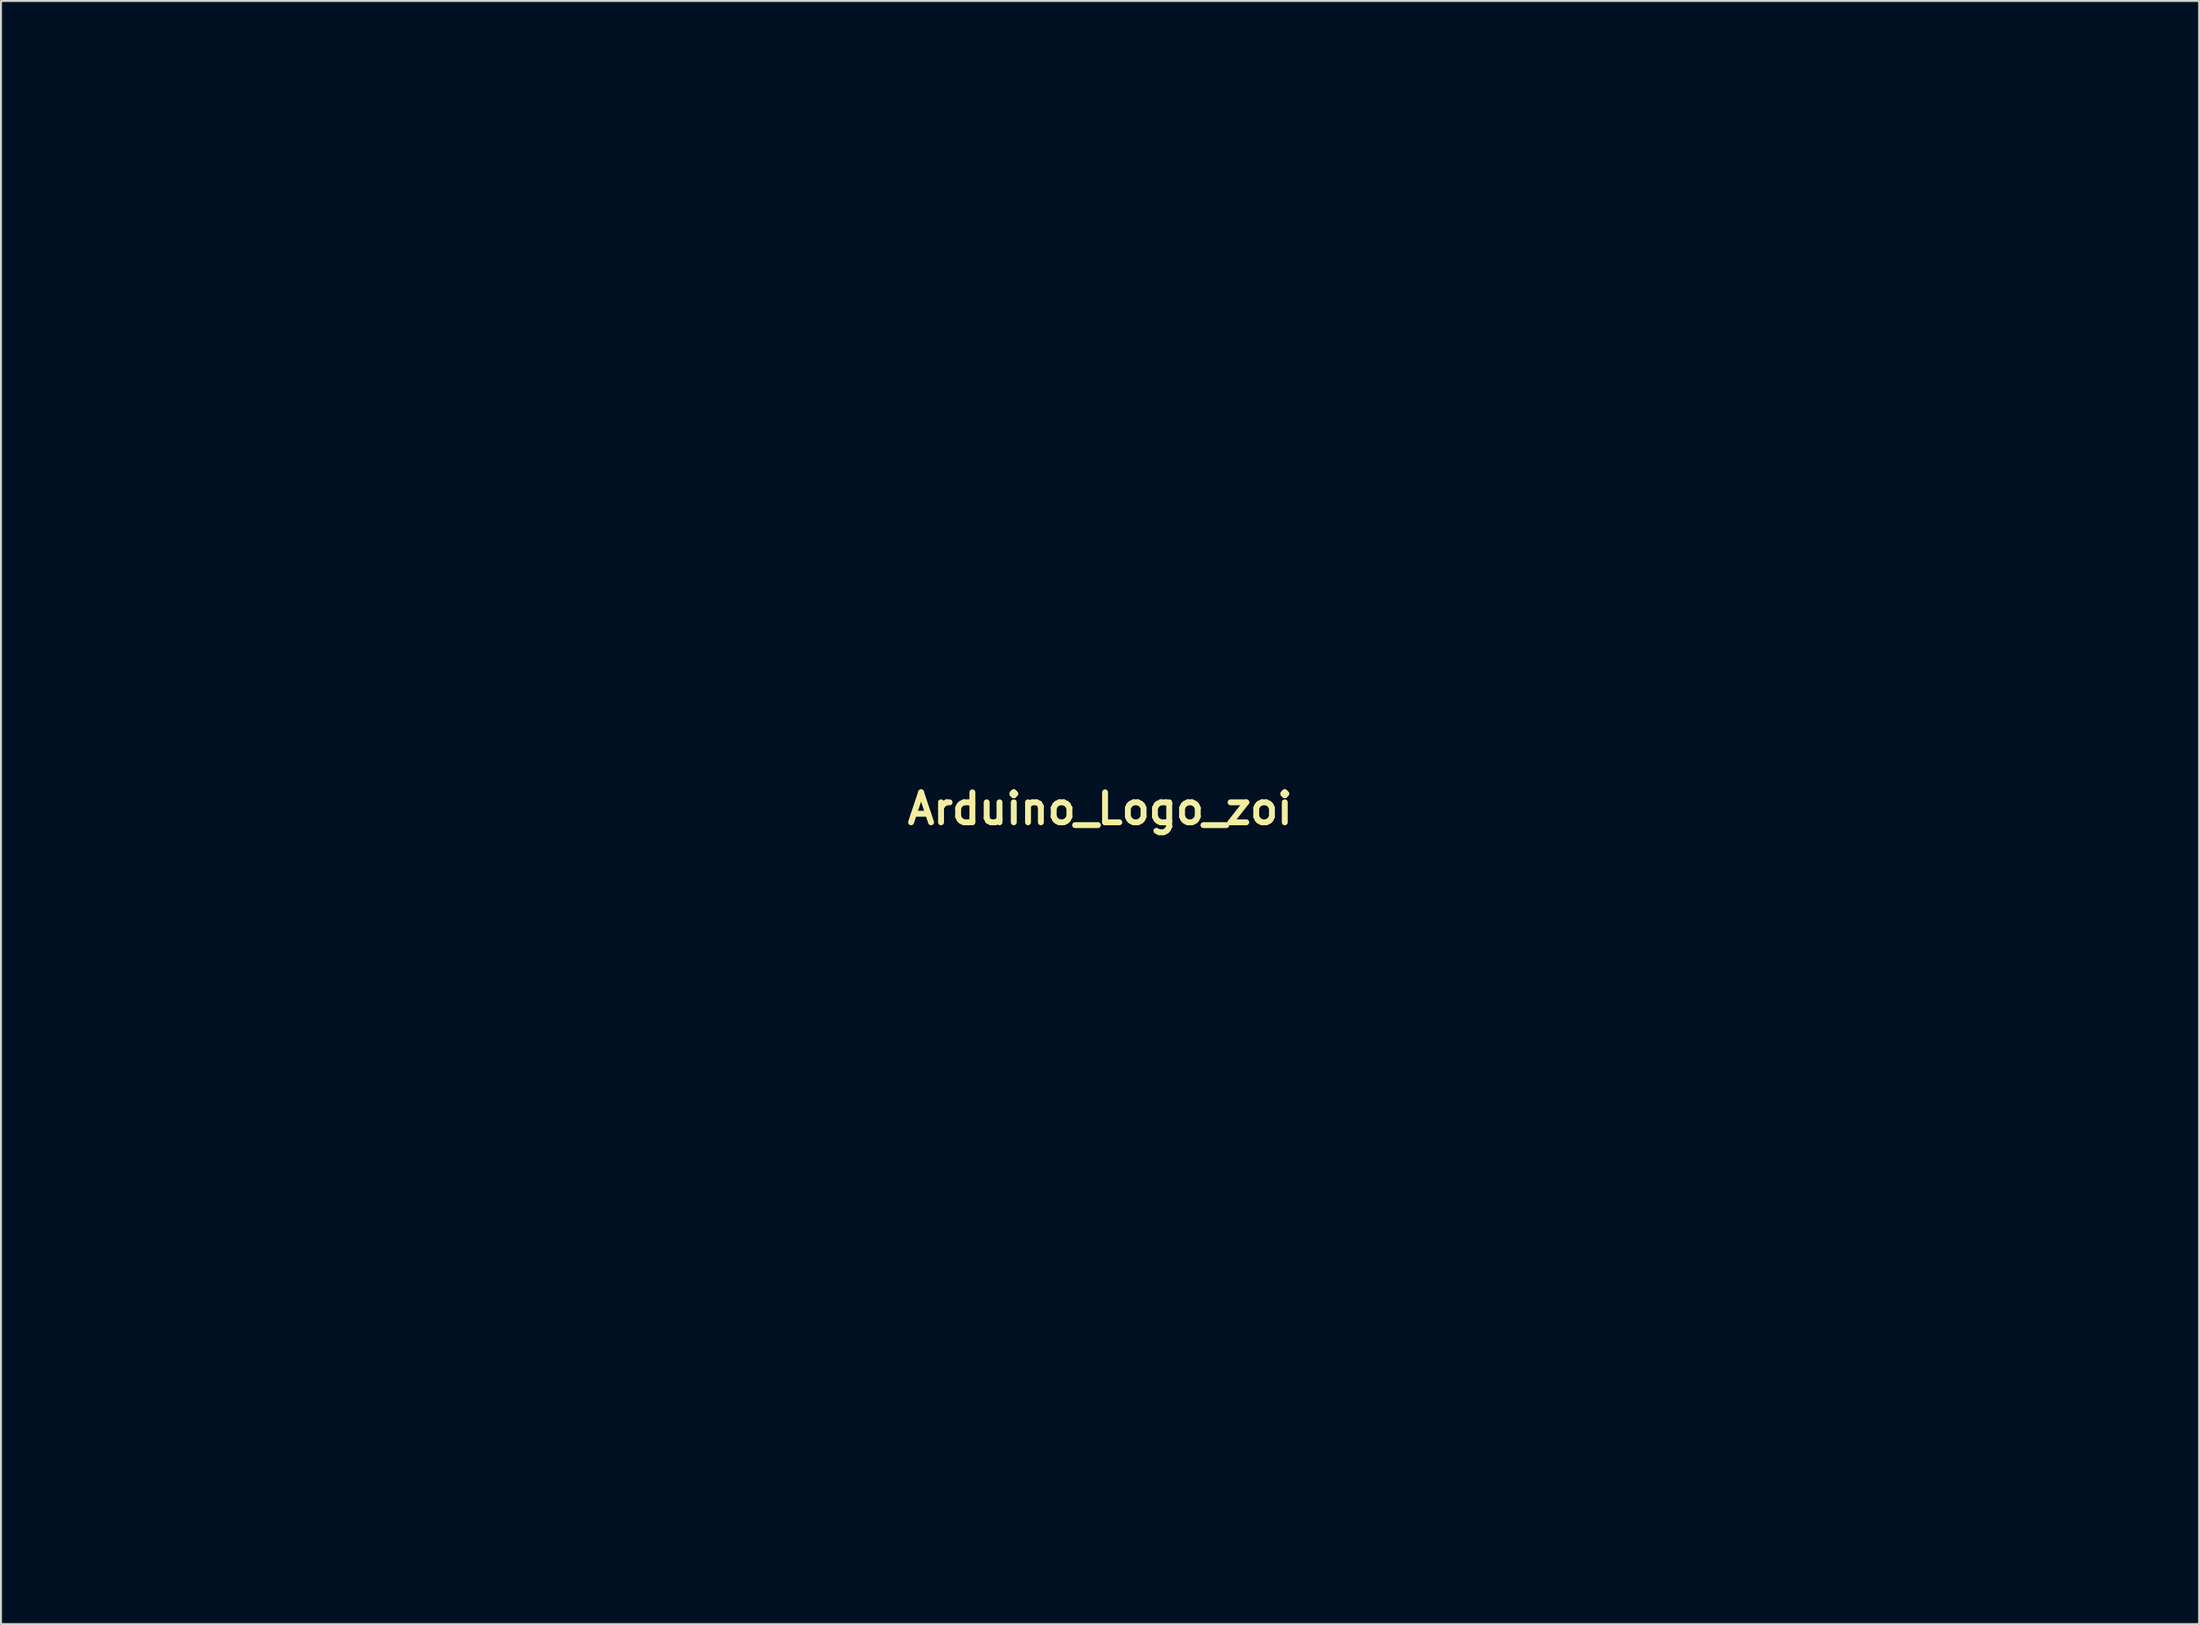
<source format=kicad_pcb>
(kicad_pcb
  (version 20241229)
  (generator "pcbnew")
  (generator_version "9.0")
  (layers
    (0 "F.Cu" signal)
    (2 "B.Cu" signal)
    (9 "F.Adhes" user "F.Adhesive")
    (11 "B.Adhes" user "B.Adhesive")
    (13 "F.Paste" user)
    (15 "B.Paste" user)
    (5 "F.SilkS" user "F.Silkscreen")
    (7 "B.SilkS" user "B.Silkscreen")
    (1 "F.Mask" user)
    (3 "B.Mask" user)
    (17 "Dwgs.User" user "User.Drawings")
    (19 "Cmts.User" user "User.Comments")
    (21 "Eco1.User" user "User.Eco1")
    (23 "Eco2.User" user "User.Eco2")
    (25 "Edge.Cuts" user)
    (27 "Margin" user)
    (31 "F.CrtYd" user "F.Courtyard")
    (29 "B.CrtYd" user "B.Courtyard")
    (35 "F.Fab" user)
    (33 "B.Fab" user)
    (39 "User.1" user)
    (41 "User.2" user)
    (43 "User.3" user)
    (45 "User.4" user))
  (footprint "Arduino_Logo_zoi"
    (layer "F.Cu")
    (at 52.922 38.105)
    (property "Reference" "Arduino_Logo_zoi" (at 0 0 0) (layer "F.SilkS") (effects (font (size 1.524 1.524) (thickness 0.3))))
    (attr through_hole)
    (fp_poly (pts (xy -52.564 37.571) (xy -52.74 37.747) (xy -52.917 37.571) (xy -52.74 37.394) (xy -52.564 37.571)) (stroke (width 0.01) (type solid)) (fill yes) (layer "F.Mask"))
    (fp_poly (pts (xy -49.742 35.454) (xy -49.918 35.631) (xy -50.094 35.454) (xy -49.918 35.278) (xy -49.742 35.454)) (stroke (width 0.01) (type solid)) (fill yes) (layer "F.Mask"))
    (fp_poly (pts (xy -47.978 35.454) (xy -48.154 35.631) (xy -48.331 35.454) (xy -48.154 35.278) (xy -47.978 35.454)) (stroke (width 0.01) (type solid)) (fill yes) (layer "F.Mask"))
    (fp_poly (pts (xy -11.289 20.285) (xy -11.465 20.461) (xy -11.642 20.285) (xy -11.465 20.108) (xy -11.289 20.285)) (stroke (width 0.01) (type solid)) (fill yes) (layer "F.Mask"))
    (fp_poly (pts (xy -9.525 20.285) (xy -9.701 20.461) (xy -9.878 20.285) (xy -9.701 20.108) (xy -9.525 20.285)) (stroke (width 0.01) (type solid)) (fill yes) (layer "F.Mask"))
    (fp_poly (pts (xy -8.114 19.226) (xy -8.29 19.403) (xy -8.467 19.226) (xy -8.29 19.05) (xy -8.114 19.226)) (stroke (width 0.01) (type solid)) (fill yes) (layer "F.Mask"))
    (fp_poly (pts (xy -7.408 18.521) (xy -7.585 18.697) (xy -7.761 18.521) (xy -7.585 18.344) (xy -7.408 18.521)) (stroke (width 0.01) (type solid)) (fill yes) (layer "F.Mask"))
    (fp_poly (pts (xy -6.703 17.815) (xy -6.879 17.992) (xy -7.056 17.815) (xy -6.879 17.639) (xy -6.703 17.815)) (stroke (width 0.01) (type solid)) (fill yes) (layer "F.Mask"))
    (fp_poly (pts (xy 9.525 19.226) (xy 9.349 19.403) (xy 9.172 19.226) (xy 9.349 19.05) (xy 9.525 19.226)) (stroke (width 0.01) (type solid)) (fill yes) (layer "F.Mask"))
    (fp_poly (pts (xy 10.231 18.521) (xy 10.054 18.697) (xy 9.878 18.521) (xy 10.054 18.344) (xy 10.231 18.521)) (stroke (width 0.01) (type solid)) (fill yes) (layer "F.Mask"))
    (fp_poly (pts (xy 14.817 18.874) (xy 14.64 19.05) (xy 14.464 18.874) (xy 14.64 18.697) (xy 14.817 18.874)) (stroke (width 0.01) (type solid)) (fill yes) (layer "F.Mask"))
    (fp_poly (pts (xy 15.522 19.932) (xy 15.346 20.108) (xy 15.169 19.932) (xy 15.346 19.756) (xy 15.522 19.932)) (stroke (width 0.01) (type solid)) (fill yes) (layer "F.Mask"))
    (fp_poly (pts (xy 17.286 18.521) (xy 17.11 18.697) (xy 16.933 18.521) (xy 17.11 18.344) (xy 17.286 18.521)) (stroke (width 0.01) (type solid)) (fill yes) (layer "F.Mask"))
    (fp_poly (pts (xy 37.747 -10.054) (xy 37.571 -9.878) (xy 37.394 -10.054) (xy 37.571 -10.231) (xy 37.747 -10.054)) (stroke (width 0.01) (type solid)) (fill yes) (layer "F.Mask"))
    (fp_poly (pts (xy -51.976 34.337) (xy -52.024 34.547) (xy -52.211 34.572) (xy -52.501 34.443) (xy -52.446 34.337) (xy -52.028 34.295) (xy -51.976 34.337)) (stroke (width 0.01) (type solid)) (fill yes) (layer "F.Mask"))
    (fp_poly (pts (xy -51.954 31.184) (xy -52.059 31.344) (xy -52.417 31.369) (xy -52.793 31.283) (xy -52.63 31.156) (xy -52.079 31.114) (xy -51.954 31.184)) (stroke (width 0.01) (type solid)) (fill yes) (layer "F.Mask"))
    (fp_poly (pts (xy -50.918 32.573) (xy -50.966 32.783) (xy -51.153 32.808) (xy -51.443 32.679) (xy -51.388 32.573) (xy -50.969 32.531) (xy -50.918 32.573)) (stroke (width 0.01) (type solid)) (fill yes) (layer "F.Mask"))
    (fp_poly (pts (xy -50.565 30.809) (xy -50.613 31.019) (xy -50.8 31.044) (xy -51.09 30.915) (xy -51.035 30.809) (xy -50.617 30.767) (xy -50.565 30.809)) (stroke (width 0.01) (type solid)) (fill yes) (layer "F.Mask"))
    (fp_poly (pts (xy -49.154 32.926) (xy -49.111 33.345) (xy -49.154 33.396) (xy -49.363 33.348) (xy -49.389 33.161) (xy -49.26 32.871) (xy -49.154 32.926)) (stroke (width 0.01) (type solid)) (fill yes) (layer "F.Mask"))
    (fp_poly (pts (xy -48.448 31.868) (xy -48.406 32.286) (xy -48.448 32.338) (xy -48.658 32.29) (xy -48.683 32.103) (xy -48.554 31.812) (xy -48.448 31.868)) (stroke (width 0.01) (type solid)) (fill yes) (layer "F.Mask"))
    (fp_poly (pts (xy -45.62 37.328) (xy -45.578 37.88) (xy -45.648 38.004) (xy -45.808 37.899) (xy -45.833 37.541) (xy -45.747 37.165) (xy -45.62 37.328)) (stroke (width 0.01) (type solid)) (fill yes) (layer "F.Mask"))
    (fp_poly (pts (xy -11.384 17.779) (xy -11.49 17.939) (xy -11.847 17.964) (xy -12.224 17.878) (xy -12.061 17.751) (xy -11.509 17.709) (xy -11.384 17.779)) (stroke (width 0.01) (type solid)) (fill yes) (layer "F.Mask"))
    (fp_poly (pts (xy -10.348 18.109) (xy -10.397 18.319) (xy -10.583 18.344) (xy -10.874 18.215) (xy -10.819 18.109) (xy -10.4 18.067) (xy -10.348 18.109)) (stroke (width 0.01) (type solid)) (fill yes) (layer "F.Mask"))
    (fp_poly (pts (xy -8.931 20.395) (xy -8.889 20.946) (xy -8.959 21.071) (xy -9.119 20.966) (xy -9.144 20.608) (xy -9.058 20.232) (xy -8.931 20.395)) (stroke (width 0.01) (type solid)) (fill yes) (layer "F.Mask"))
    (fp_poly (pts (xy 8.702 18.109) (xy 8.653 18.319) (xy 8.467 18.344) (xy 8.176 18.215) (xy 8.231 18.109) (xy 8.65 18.067) (xy 8.702 18.109)) (stroke (width 0.01) (type solid)) (fill yes) (layer "F.Mask"))
    (fp_poly (pts (xy 9.76 21.284) (xy 9.712 21.494) (xy 9.525 21.519) (xy 9.235 21.39) (xy 9.29 21.284) (xy 9.708 21.242) (xy 9.76 21.284)) (stroke (width 0.01) (type solid)) (fill yes) (layer "F.Mask"))
    (fp_poly (pts (xy 11.171 20.226) (xy 11.214 20.645) (xy 11.171 20.696) (xy 10.962 20.648) (xy 10.936 20.461) (xy 11.065 20.171) (xy 11.171 20.226)) (stroke (width 0.01) (type solid)) (fill yes) (layer "F.Mask"))
    (fp_poly (pts (xy 11.171 21.99) (xy 11.214 22.408) (xy 11.171 22.46) (xy 10.962 22.412) (xy 10.936 22.225) (xy 11.065 21.935) (xy 11.171 21.99)) (stroke (width 0.01) (type solid)) (fill yes) (layer "F.Mask"))
    (fp_poly (pts (xy 13.641 20.226) (xy 13.592 20.436) (xy 13.406 20.461) (xy 13.115 20.332) (xy 13.17 20.226) (xy 13.589 20.184) (xy 13.641 20.226)) (stroke (width 0.01) (type solid)) (fill yes) (layer "F.Mask"))
    (fp_poly (pts (xy 15.757 18.462) (xy 15.709 18.672) (xy 15.522 18.697) (xy 15.232 18.568) (xy 15.287 18.462) (xy 15.706 18.42) (xy 15.757 18.462)) (stroke (width 0.01) (type solid)) (fill yes) (layer "F.Mask"))
    (fp_poly (pts (xy 37.982 -16.463) (xy 37.934 -16.253) (xy 37.747 -16.228) (xy 37.457 -16.357) (xy 37.512 -16.463) (xy 37.931 -16.505) (xy 37.982 -16.463)) (stroke (width 0.01) (type solid)) (fill yes) (layer "F.Mask"))
    (fp_poly (pts (xy -46.268 35.068) (xy -45.89 35.423) (xy -45.967 35.627) (xy -46.017 35.631) (xy -46.315 35.38) (xy -46.424 35.223) (xy -46.466 34.982) (xy -46.268 35.068)) (stroke (width 0.01) (type solid)) (fill yes) (layer "F.Mask"))
    (fp_poly (pts (xy -10.594 19.66) (xy -10.462 19.917) (xy -10.371 20.414) (xy -10.608 20.317) (xy -10.774 20.085) (xy -10.883 19.623) (xy -10.839 19.54) (xy -10.594 19.66)) (stroke (width 0.01) (type solid)) (fill yes) (layer "F.Mask"))
    (fp_poly (pts (xy -10.283 -4.162) (xy -10.479 -3.844) (xy -10.921 -3.67) (xy -11.078 -3.825) (xy -11.047 -4.303) (xy -10.918 -4.421) (xy -10.418 -4.503) (xy -10.283 -4.162)) (stroke (width 0.01) (type solid)) (fill yes) (layer "F.Mask"))
    (fp_poly (pts (xy 12.592 18.885) (xy 12.391 19.144) (xy 12.094 19.367) (xy 12.168 19.014) (xy 12.194 18.947) (xy 12.473 18.515) (xy 12.632 18.511) (xy 12.592 18.885)) (stroke (width 0.01) (type solid)) (fill yes) (layer "F.Mask"))
    (fp_poly (pts (xy 12.648 20.718) (xy 12.7 20.969) (xy 12.584 21.479) (xy 12.278 21.326) (xy 12.186 21.191) (xy 12.23 20.738) (xy 12.341 20.641) (xy 12.648 20.718)) (stroke (width 0.01) (type solid)) (fill yes) (layer "F.Mask"))
    (fp_poly (pts (xy -12.116 18.561) (xy -12.171 18.697) (xy -12.488 19.034) (xy -12.544 19.05) (xy -12.696 18.777) (xy -12.7 18.697) (xy -12.429 18.358) (xy -12.326 18.344) (xy -12.116 18.561)) (stroke (width 0.01) (type solid)) (fill yes) (layer "F.Mask"))
    (fp_poly (pts (xy -9.266 21.686) (xy -9.172 21.872) (xy -9.226 22.18) (xy -9.532 22.089) (xy -9.878 21.872) (xy -10.202 21.599) (xy -9.869 21.526) (xy -9.79 21.525) (xy -9.266 21.686)) (stroke (width 0.01) (type solid)) (fill yes) (layer "F.Mask"))
    (fp_poly (pts (xy 7.018 -4.3) (xy 7.056 -4.057) (xy 6.839 -3.57) (xy 6.352 -3.658) (xy 6.242 -3.753) (xy 6.171 -4.193) (xy 6.528 -4.55) (xy 6.724 -4.586) (xy 7.018 -4.3)) (stroke (width 0.01) (type solid)) (fill yes) (layer "F.Mask"))
    (fp_poly (pts (xy 8.467 -3.704) (xy 8.803 -3.387) (xy 8.819 -3.331) (xy 8.547 -3.179) (xy 8.467 -3.175) (xy 8.127 -3.446) (xy 8.114 -3.549) (xy 8.33 -3.759) (xy 8.467 -3.704)) (stroke (width 0.01) (type solid)) (fill yes) (layer "F.Mask"))
    (fp_poly (pts (xy 11.562 18.463) (xy 11.465 18.619) (xy 10.915 19.124) (xy 10.848 19.201) (xy 10.628 19.204) (xy 10.583 18.932) (xy 10.871 18.437) (xy 11.201 18.35) (xy 11.562 18.463)) (stroke (width 0.01) (type solid)) (fill yes) (layer "F.Mask"))
    (fp_poly (pts (xy 18.937 17.795) (xy 18.697 17.992) (xy 18.054 18.29) (xy 17.815 18.334) (xy 17.752 18.188) (xy 17.992 17.992) (xy 18.635 17.693) (xy 18.874 17.65) (xy 18.937 17.795)) (stroke (width 0.01) (type solid)) (fill yes) (layer "F.Mask"))
    (fp_poly (pts (xy 46.506 -7.105) (xy 46.743 -6.55) (xy 46.743 -6.526) (xy 46.452 -5.992) (xy 45.767 -5.695) (xy 44.974 -5.672) (xy 44.356 -5.966) (xy 44.224 -6.175) (xy 44.221 -6.887) (xy 44.79 -7.299) (xy 45.73 -7.348) (xy 46.506 -7.105)) (stroke (width 0.01) (type solid)) (fill yes) (layer "F.Mask"))
    (fp_poly (pts (xy 46.209 -5.153) (xy 46.681 -4.797) (xy 46.681 -4.797) (xy 46.733 -4.244) (xy 46.282 -3.959) (xy 45.273 -3.881) (xy 44.447 -3.968) (xy 44.126 -4.306) (xy 44.097 -4.586) (xy 44.241 -5.078) (xy 44.795 -5.272) (xy 45.294 -5.292) (xy 46.209 -5.153)) (stroke (width 0.01) (type solid)) (fill yes) (layer "F.Mask"))
    (fp_poly (pts (xy 46.459 -24.054) (xy 46.732 -23.642) (xy 46.743 -23.46) (xy 46.564 -22.937) (xy 45.913 -22.685) (xy 45.569 -22.642) (xy 44.779 -22.621) (xy 44.494 -22.854) (xy 44.51 -23.347) (xy 44.754 -23.948) (xy 45.392 -24.156) (xy 45.685 -24.165) (xy 46.459 -24.054)) (stroke (width 0.01) (type solid)) (fill yes) (layer "F.Mask"))
    (fp_poly (pts (xy 46.536 -26.027) (xy 46.879 -25.719) (xy 46.919 -25.4) (xy 46.781 -24.914) (xy 46.242 -24.718) (xy 45.685 -24.694) (xy 44.834 -24.773) (xy 44.49 -25.081) (xy 44.45 -25.4) (xy 44.588 -25.886) (xy 45.127 -26.082) (xy 45.685 -26.106) (xy 46.536 -26.027)) (stroke (width 0.01) (type solid)) (fill yes) (layer "F.Mask"))
    (fp_poly (pts (xy 8.077 28.402) (xy 9.154 28.903) (xy 10.539 29.908) (xy 12.134 31.343) (xy 12.814 32.026) (xy 14.163 33.42) (xy 12.97 35.848) (xy 11.778 38.276) (xy 9.581 38.382) (xy 7.384 38.487) (xy 7.471 37.193) (xy 7.399 36.137) (xy 6.904 35.356) (xy 6.617 35.09) (xy 5.994 34.44) (xy 5.855 33.813) (xy 5.99 33.185) (xy 6.206 32.378) (xy 6.297 31.921) (xy 6.297 31.912) (xy 6.373 31.497) (xy 6.576 30.627) (xy 6.744 29.958) (xy 7.04 28.925) (xy 7.319 28.432) (xy 7.711 28.331) (xy 8.077 28.402)) (stroke (width 0.01) (type solid)) (fill yes) (layer "F.Mask"))
    (fp_poly (pts (xy 14.448 21.724) (xy 14.455 21.732) (xy 14.765 22.259) (xy 15.188 23.219) (xy 15.631 24.368) (xy 16.002 25.462) (xy 16.21 26.26) (xy 16.228 26.426) (xy 16.013 26.971) (xy 15.464 27.845) (xy 14.725 28.858) (xy 13.943 29.82) (xy 13.26 30.541) (xy 12.883 30.817) (xy 12.293 30.729) (xy 11.932 30.433) (xy 11.401 29.95) (xy 10.48 29.257) (xy 9.5 28.59) (xy 8.427 27.861) (xy 7.879 27.294) (xy 7.781 26.68) (xy 8.059 25.809) (xy 8.309 25.224) (xy 8.69 24.246) (xy 8.931 23.46) (xy 9.056 22.989) (xy 9.112 23.197) (xy 9.131 23.518) (xy 9.172 24.281) (xy 10.672 23.51) (xy 11.825 22.882) (xy 12.893 22.249) (xy 13.159 22.076) (xy 13.948 21.691) (xy 14.448 21.724)) (stroke (width 0.01) (type solid)) (fill yes) (layer "F.Mask"))
    (fp_poly (pts (xy -52.726 -3.704) (xy -52.621 -3.23) (xy -52.415 -2.146) (xy -52.122 -0.536) (xy -51.758 1.513) (xy -51.337 3.916) (xy -50.874 6.589) (xy -50.383 9.444) (xy -49.879 12.398) (xy -49.376 15.364) (xy -48.889 18.257) (xy -48.433 20.991) (xy -48.022 23.482) (xy -47.671 25.643) (xy -47.395 27.39) (xy -47.268 28.222) (xy -47.038 29.641) (xy -46.801 30.889) (xy -46.607 31.712) (xy -46.595 31.75) (xy -46.481 32.702) (xy -46.593 33.337) (xy -46.802 33.783) (xy -46.903 33.595) (xy -46.95 33.161) (xy -47.007 32.302) (xy -47.014 31.838) (xy -47.222 31.429) (xy -47.353 31.397) (xy -47.562 31.117) (xy -47.523 30.691) (xy -47.485 30.203) (xy -47.618 30.158) (xy -47.825 29.95) (xy -48.041 29.227) (xy -48.143 28.66) (xy -48.243 28.046) (xy -47.978 28.046) (xy -47.801 28.222) (xy -47.625 28.046) (xy -47.801 27.869) (xy -47.978 28.046) (xy -48.243 28.046) (xy -48.299 27.702) (xy -48.56 26.231) (xy -48.893 24.427) (xy -49.264 22.467) (xy -49.379 21.872) (xy -49.801 19.683) (xy -50.24 17.386) (xy -50.646 15.236) (xy -50.971 13.492) (xy -51.003 13.322) (xy -51.281 11.892) (xy -51.526 10.782) (xy -51.706 10.135) (xy -51.774 10.029) (xy -51.758 10.4) (xy -51.639 11.375) (xy -51.432 12.859) (xy -51.15 14.758) (xy -50.806 16.98) (xy -50.452 19.197) (xy -50.065 21.67) (xy -49.734 23.943) (xy -49.474 25.913) (xy -49.295 27.48) (xy -49.212 28.541) (xy -49.227 28.973) (xy -49.301 29.497) (xy -49.074 29.48) (xy -48.774 29.555) (xy -48.708 30.053) (xy -48.796 30.692) (xy -48.978 31.386) (xy -49.181 31.922) (xy -49.331 32.087) (xy -49.364 31.971) (xy -49.598 31.893) (xy -49.87 32.063) (xy -50.223 32.236) (xy -50.299 31.828) (xy -50.289 31.665) (xy -50.402 30.712) (xy -49.742 30.712) (xy -49.473 31.035) (xy -49.389 31.044) (xy -49.079 30.757) (xy -49.036 30.494) (xy -49.207 30.129) (xy -49.389 30.163) (xy -49.728 30.614) (xy -49.742 30.712) (xy -50.402 30.712) (xy -50.424 30.52) (xy -50.981 29.797) (xy -51.606 29.611) (xy -52.388 29.589) (xy -51.898 29.392) (xy -50.741 29.392) (xy -50.657 29.579) (xy -50.201 29.975) (xy -49.859 29.746) (xy -49.783 29.192) (xy -49.842 28.712) (xy -49.955 28.91) (xy -49.986 29.02) (xy -50.285 29.43) (xy -50.528 29.407) (xy -50.741 29.392) (xy -51.898 29.392) (xy -51.594 29.27) (xy -50.86 28.843) (xy -50.786 28.475) (xy -51.327 28.227) (xy -52.388 28.163) (xy -52.737 28.121) (xy -52.455 27.927) (xy -52.123 27.783) (xy -51.966 27.693) (xy -50.8 27.693) (xy -50.624 27.869) (xy -50.447 27.693) (xy -50.624 27.517) (xy -50.8 27.693) (xy -51.966 27.693) (xy -51.331 27.33) (xy -51.242 26.915) (xy -51.854 26.529) (xy -51.915 26.506) (xy -52.415 26.268) (xy -52.28 26.079) (xy -52.091 26) (xy -51.558 25.602) (xy -51.655 25.21) (xy -52.299 25.036) (xy -52.851 25) (xy -52.795 24.81) (xy -52.388 24.485) (xy -51.9 24.058) (xy -51.972 23.752) (xy -52.367 23.438) (xy -52.735 23.063) (xy -52.631 22.931) (xy -52.259 22.646) (xy -52.211 22.401) (xy -52.384 21.932) (xy -52.532 21.872) (xy -52.61 21.53) (xy -52.68 20.546) (xy -52.741 18.983) (xy -52.79 16.905) (xy -52.826 14.376) (xy -52.847 11.459) (xy -52.852 8.908) (xy -52.85 6.538) (xy -52.503 6.538) (xy -52.44 7.403) (xy -52.371 7.921) (xy -52.199 8.843) (xy -52.033 9.357) (xy -51.966 9.397) (xy -51.919 8.984) (xy -51.982 8.12) (xy -52.051 7.601) (xy -52.224 6.679) (xy -52.389 6.166) (xy -52.456 6.125) (xy -52.503 6.538) (xy -52.85 6.538) (xy -52.849 5.98) (xy -52.84 3.302) (xy -52.825 0.949) (xy -52.806 -1.003) (xy -52.783 -2.48) (xy -52.757 -3.407) (xy -52.728 -3.708) (xy -52.726 -3.704)) (stroke (width 0.01) (type solid)) (fill yes) (layer "F.Mask"))
    (fp_poly (pts (xy 5.321 14.011) (xy 5.456 14.47) (xy 5.581 15.45) (xy 5.674 16.766) (xy 5.693 17.217) (xy 5.799 20.146) (xy 3.605 21.382) (xy 2.284 22.157) (xy 1.591 22.623) (xy 1.515 22.767) (xy 2.043 22.578) (xy 3.163 22.042) (xy 3.878 21.673) (xy 6.345 20.376) (xy 6.12 18.972) (xy 5.896 17.568) (xy 6.994 18.136) (xy 7.874 18.747) (xy 8.486 19.439) (xy 8.499 19.463) (xy 8.773 20.622) (xy 8.658 22.162) (xy 8.21 23.92) (xy 7.49 25.731) (xy 6.557 27.432) (xy 5.468 28.861) (xy 4.919 29.392) (xy 4.141 30.089) (xy 3.682 30.561) (xy 3.628 30.692) (xy 4.006 30.478) (xy 4.704 29.937) (xy 5.103 29.597) (xy 5.857 28.975) (xy 6.23 28.808) (xy 6.344 29.054) (xy 6.346 29.156) (xy 6.256 29.86) (xy 6.033 30.906) (xy 5.739 32.054) (xy 5.438 33.067) (xy 5.191 33.704) (xy 5.133 33.79) (xy 4.75 33.735) (xy 4.057 33.342) (xy 3.876 33.214) (xy 3.094 32.663) (xy 2.795 32.512) (xy 2.924 32.701) (xy 3.429 33.17) (xy 4.256 33.859) (xy 4.939 34.396) (xy 6.042 35.283) (xy 6.681 35.935) (xy 6.979 36.517) (xy 7.055 37.19) (xy 7.056 37.239) (xy 7.056 38.453) (xy 2.42 38.453) (xy 0.484 38.441) (xy -0.87 38.396) (xy -1.763 38.303) (xy -2.317 38.147) (xy -2.654 37.914) (xy -2.724 37.835) (xy -2.961 37.571) (xy 0.706 37.571) (xy 0.882 37.747) (xy 1.058 37.571) (xy 0.882 37.394) (xy 0.706 37.571) (xy -2.961 37.571) (xy -3.089 37.428) (xy -3.117 37.573) (xy -3.046 37.815) (xy -3.034 38.017) (xy -3.197 38.168) (xy -3.622 38.277) (xy -4.396 38.35) (xy -5.604 38.396) (xy -7.334 38.422) (xy -9.671 38.436) (xy -10.042 38.437) (xy -12.618 38.436) (xy -14.56 38.408) (xy -15.939 38.349) (xy -16.826 38.255) (xy -17.293 38.123) (xy -17.404 38.017) (xy -17.564 37.757) (xy -17.611 38.012) (xy -17.813 38.466) (xy -18.209 38.42) (xy -18.62 37.973) (xy -18.765 37.571) (xy -8.467 37.571) (xy -8.29 37.747) (xy -8.114 37.571) (xy -8.29 37.394) (xy -8.467 37.571) (xy -18.765 37.571) (xy -18.86 37.306) (xy -18.917 36.946) (xy -6.888 36.946) (xy -6.715 37.042) (xy -6.393 36.755) (xy -6.35 36.5) (xy -6.222 36.148) (xy -5.728 36.292) (xy -5.668 36.324) (xy -4.679 36.663) (xy -3.958 36.406) (xy -3.759 36.16) (xy -0.706 36.16) (xy -0.529 36.336) (xy -0.353 36.16) (xy -0.529 35.983) (xy -0.706 36.16) (xy -3.759 36.16) (xy -3.587 35.946) (xy -3.485 35.732) (xy 2.526 35.732) (xy 2.612 35.929) (xy 2.967 36.308) (xy 3.172 36.23) (xy 3.175 36.181) (xy 2.924 35.882) (xy 2.768 35.773) (xy 2.526 35.732) (xy -3.485 35.732) (xy -3.362 35.47) (xy -3.516 35.447) (xy -3.73 35.394) (xy -3.683 34.787) (xy -3.658 34.69) (xy -3.057 34.69) (xy -3.009 34.9) (xy -2.822 34.925) (xy -2.532 34.796) (xy -2.587 34.69) (xy -2.75 34.673) (xy 1.468 34.673) (xy 1.554 34.87) (xy 1.909 35.249) (xy 2.113 35.172) (xy 2.117 35.122) (xy 1.866 34.824) (xy 1.709 34.715) (xy 1.468 34.673) (xy -2.75 34.673) (xy -3.006 34.648) (xy -3.057 34.69) (xy -3.658 34.69) (xy -3.369 33.593) (xy -2.95 32.279) (xy -2.48 30.868) (xy -2.614 32.344) (xy -2.62 33.412) (xy -2.368 33.942) (xy -2.233 34.017) (xy -1.866 33.999) (xy -1.897 33.6) (xy -1.96 33.246) (xy 0.264 33.246) (xy 0.43 33.802) (xy 0.432 33.805) (xy 0.903 34.187) (xy 0.988 34.094) (xy 0.729 33.719) (xy 0.528 33.244) (xy 0.951 32.848) (xy 1.297 32.556) (xy 1.19 32.466) (xy 0.574 32.701) (xy 0.264 33.246) (xy -1.96 33.246) (xy -2.006 32.985) (xy -0.706 32.985) (xy -0.529 33.161) (xy -0.353 32.985) (xy -0.529 32.808) (xy -0.706 32.985) (xy -2.006 32.985) (xy -2.108 32.416) (xy -2.113 32.103) (xy -0.706 32.103) (xy -0.576 32.393) (xy -0.47 32.338) (xy -0.459 32.22) (xy 1.881 32.22) (xy 1.93 32.43) (xy 2.117 32.456) (xy 2.407 32.326) (xy 2.352 32.22) (xy 1.933 32.178) (xy 1.881 32.22) (xy -0.459 32.22) (xy -0.428 31.919) (xy -0.47 31.868) (xy -0.68 31.916) (xy -0.706 32.103) (xy -2.113 32.103) (xy -2.128 31.163) (xy -1.982 30.035) (xy -1.693 29.226) (xy -1.302 28.928) (xy -1.111 28.79) (xy -1.313 28.532) (xy -1.557 27.924) (xy -1.488 27.756) (xy -0.35 27.756) (xy -0.094 28.34) (xy 0.545 29.121) (xy 1.364 29.904) (xy 2.159 30.492) (xy 2.682 30.692) (xy 2.934 30.591) (xy 2.548 30.275) (xy 2.193 30.074) (xy 1.186 29.335) (xy 0.359 28.414) (xy 0.348 28.399) (xy -0.097 27.819) (xy -0.337 27.696) (xy -0.35 27.756) (xy -1.488 27.756) (xy -1.324 27.361) (xy -0.844 27.164) (xy -0.399 26.961) (xy -0.353 26.811) (xy -0.549 26.476) (xy -1.053 26.665) (xy -1.541 27.113) (xy -1.922 27.809) (xy -1.928 28.302) (xy -1.985 28.959) (xy -2.255 29.369) (xy -2.577 29.935) (xy -2.988 31.002) (xy -3.419 32.38) (xy -3.605 33.063) (xy -3.997 34.54) (xy -4.285 35.446) (xy -4.536 35.895) (xy -4.814 36.004) (xy -5.184 35.885) (xy -5.21 35.874) (xy -5.817 35.422) (xy -5.997 35.027) (xy -6.192 34.711) (xy -6.369 34.76) (xy -6.621 35.245) (xy -6.593 35.398) (xy -6.616 36.03) (xy -6.763 36.424) (xy -6.888 36.946) (xy -18.917 36.946) (xy -19.098 35.807) (xy -9.878 35.807) (xy -9.701 35.983) (xy -9.525 35.807) (xy -9.701 35.631) (xy -9.878 35.807) (xy -19.098 35.807) (xy -19.211 35.101) (xy -8.467 35.101) (xy -8.29 35.278) (xy -8.114 35.101) (xy -8.29 34.925) (xy -8.467 35.101) (xy -19.211 35.101) (xy -19.226 35.005) (xy -19.283 34.572) (xy -7.761 34.572) (xy -7.632 34.863) (xy -7.526 34.807) (xy -7.484 34.389) (xy -7.526 34.337) (xy -7.736 34.385) (xy -7.761 34.572) (xy -19.283 34.572) (xy -19.345 34.101) (xy -11.954 34.101) (xy -11.818 34.112) (xy -11.347 33.879) (xy -11.08 33.69) (xy -5.997 33.69) (xy -5.821 33.867) (xy -5.644 33.69) (xy -5.821 33.514) (xy -5.997 33.69) (xy -11.08 33.69) (xy -10.812 33.501) (xy -10.738 33.242) (xy -11.108 33.298) (xy -11.562 33.664) (xy -11.954 34.101) (xy -19.345 34.101) (xy -19.41 33.609) (xy -15.993 33.609) (xy -15.978 33.694) (xy -15.572 33.475) (xy -14.868 32.999) (xy -14.849 32.985) (xy -10.231 32.985) (xy -10.054 33.161) (xy -9.878 32.985) (xy -10.054 32.808) (xy -10.231 32.985) (xy -14.849 32.985) (xy -14.429 32.672) (xy -8.698 32.672) (xy -8.643 32.808) (xy -8.326 33.145) (xy -8.269 33.161) (xy -8.118 32.888) (xy -8.114 32.808) (xy -8.385 32.469) (xy -8.487 32.456) (xy -8.698 32.672) (xy -14.429 32.672) (xy -14.057 32.394) (xy -12.964 31.638) (xy -11.845 31) (xy -11.587 30.879) (xy -10.911 30.541) (xy -10.879 30.379) (xy -11.122 30.353) (xy -11.733 30.453) (xy -12.494 30.822) (xy -13.51 31.526) (xy -14.885 32.631) (xy -15.522 33.169) (xy -15.993 33.609) (xy -19.41 33.609) (xy -19.459 33.233) (xy -19.552 32.045) (xy -19.513 31.527) (xy -19.172 31.174) (xy -18.365 30.525) (xy -17.212 29.671) (xy -15.854 28.72) (xy -14.308 27.641) (xy -13.234 26.844) (xy -12.653 26.353) (xy -12.586 26.189) (xy -13.052 26.376) (xy -14.073 26.936) (xy -14.437 27.148) (xy -15.492 27.726) (xy -16.35 28.116) (xy -16.737 28.222) (xy -17.107 27.899) (xy -17.479 27.036) (xy -17.633 26.483) (xy -18.05 24.744) (xy -16.558 22.691) (xy -15.71 21.547) (xy -14.931 20.539) (xy -14.401 19.897) (xy -13.735 19.156) (xy -12.393 20.426) (xy -11.394 21.359) (xy -10.428 22.244) (xy -10.094 22.543) (xy -9.497 23.245) (xy -9.316 23.837) (xy -9.331 23.895) (xy -9.512 24.688) (xy -9.525 24.9) (xy -9.825 25.297) (xy -10.319 25.405) (xy -11.203 25.567) (xy -11.642 25.771) (xy -11.811 25.978) (xy -11.375 25.984) (xy -10.885 25.91) (xy -9.599 25.688) (xy -10.044 27.82) (xy -10.331 29.497) (xy -10.388 30.817) (xy -10.276 31.838) (xy -9.955 32.098) (xy -9.887 32.103) (xy -9.703 31.804) (xy -9.749 31.071) (xy -9.752 31.057) (xy -9.827 30.153) (xy -9.75 29.249) (xy -9.73 29.179) (xy -8.819 29.179) (xy -8.542 29.769) (xy -7.807 29.978) (xy -6.761 29.789) (xy -6.068 29.49) (xy -5.169 28.872) (xy -4.661 28.399) (xy -3.528 28.399) (xy -3.351 28.575) (xy -3.175 28.399) (xy -3.351 28.222) (xy -3.528 28.399) (xy -4.661 28.399) (xy -4.282 28.046) (xy -4.233 27.991) (xy -3.351 26.987) (xy -4.238 27.764) (xy -5.364 28.574) (xy -6.544 29.143) (xy -7.584 29.401) (xy -8.291 29.278) (xy -8.321 29.255) (xy -8.728 29.06) (xy -8.819 29.179) (xy -9.73 29.179) (xy -9.56 28.567) (xy -9.299 28.331) (xy -9.25 28.351) (xy -9.128 28.13) (xy -9.092 27.393) (xy -9.117 26.811) (xy -3.175 26.811) (xy -3.046 27.101) (xy -2.94 27.046) (xy -2.898 26.628) (xy -2.94 26.576) (xy -3.15 26.624) (xy -3.175 26.811) (xy -9.117 26.811) (xy -9.12 26.754) (xy -9.104 25.929) (xy -2.822 25.929) (xy -2.646 26.106) (xy -2.469 25.929) (xy -2.646 25.753) (xy -2.822 25.929) (xy -9.104 25.929) (xy -9.097 25.506) (xy -9.073 25.3) (xy -2.434 25.3) (xy -2.08 25.226) (xy -2.013 25.201) (xy -1.581 24.921) (xy -1.578 24.763) (xy -1.951 24.802) (xy -2.211 25.003) (xy -2.434 25.3) (xy -9.073 25.3) (xy -8.917 23.924) (xy -8.885 23.754) (xy -1.294 23.754) (xy -1.245 23.963) (xy -1.058 23.989) (xy -0.768 23.86) (xy -0.823 23.754) (xy -1.242 23.711) (xy -1.294 23.754) (xy -8.885 23.754) (xy -8.621 22.356) (xy -8.541 22.049) (xy -3.528 22.049) (xy -3.351 22.225) (xy -3.175 22.049) (xy -3.351 21.872) (xy -3.528 22.049) (xy -8.541 22.049) (xy -8.251 20.935) (xy -7.867 19.971) (xy -7.337 19.224) (xy -6.528 18.455) (xy -6.399 18.345) (xy -5.506 17.645) (xy -4.813 17.219) (xy -4.517 17.153) (xy -4.353 17.574) (xy -4.227 18.479) (xy -4.177 19.335) (xy -4.129 20.292) (xy -4.061 20.576) (xy -3.977 20.18) (xy -3.807 19.4) (xy -3.481 19.17) (xy -3.154 19.233) (xy -2.537 19.18) (xy -1.606 18.682) (xy -0.348 17.75) (xy 1.78 16.092) (xy 3.419 14.907) (xy 4.564 14.198) (xy 5.208 13.969) (xy 5.321 14.011)) (stroke (width 0.01) (type solid)) (fill yes) (layer "F.Mask"))
    (fp_poly (pts (xy 52.912 0.176) (xy 52.908 38.453) (xy 27.869 38.453) (xy 27.868 36.953) (xy 27.85 35.982) (xy 27.803 34.523) (xy 27.734 32.792) (xy 27.671 31.397) (xy 27.593 29.674) (xy 27.566 28.564) (xy 27.6 27.975) (xy 27.706 27.816) (xy 27.895 27.996) (xy 28.05 28.222) (xy 28.402 28.708) (xy 28.438 28.583) (xy 28.379 28.399) (xy 28.249 27.762) (xy 28.092 26.606) (xy 27.933 25.115) (xy 27.832 23.989) (xy 27.58 21.643) (xy 27.234 19.901) (xy 26.754 18.662) (xy 26.1 17.826) (xy 25.231 17.292) (xy 25.133 17.252) (xy 23.755 16.68) (xy 22.868 16.19) (xy 22.72 16.051) (xy 25.753 16.051) (xy 25.929 16.228) (xy 26.106 16.051) (xy 25.929 15.875) (xy 25.753 16.051) (xy 22.72 16.051) (xy 22.292 15.652) (xy 21.846 14.933) (xy 21.785 14.812) (xy 21.39 14.171) (xy 21.187 14.153) (xy 21.185 14.7) (xy 21.392 15.755) (xy 21.554 16.373) (xy 21.867 17.227) (xy 22.142 17.386) (xy 22.219 17.295) (xy 22.724 17.025) (xy 23.46 17.078) (xy 24.105 17.379) (xy 24.342 17.793) (xy 24.071 18.339) (xy 23.378 18.464) (xy 22.754 18.277) (xy 22.274 18.073) (xy 22.382 18.218) (xy 22.682 18.464) (xy 23.485 18.799) (xy 24.03 18.789) (xy 24.462 18.711) (xy 24.57 18.896) (xy 24.373 19.501) (xy 24.183 19.973) (xy 23.626 21.028) (xy 22.965 21.89) (xy 22.835 22.012) (xy 22.443 22.405) (xy 22.538 22.469) (xy 22.578 22.453) (xy 23.381 22.135) (xy 23.744 22.002) (xy 24.192 21.621) (xy 24.205 21.319) (xy 24.266 20.832) (xy 24.415 20.731) (xy 24.723 20.376) (xy 24.92 19.497) (xy 25.018 18.235) (xy 25.196 17.807) (xy 25.406 17.819) (xy 25.611 18.239) (xy 25.564 18.365) (xy 25.639 18.545) (xy 25.889 18.487) (xy 26.236 18.509) (xy 26.514 18.901) (xy 26.729 19.717) (xy 26.886 21.008) (xy 26.99 22.825) (xy 27.048 25.222) (xy 27.064 28.25) (xy 27.059 29.722) (xy 27.016 38.453) (xy 22.68 38.453) (xy 20.792 38.425) (xy 19.39 38.347) (xy 18.554 38.223) (xy 18.344 38.1) (xy 18.618 37.764) (xy 18.735 37.747) (xy 18.969 37.49) (xy 18.919 37.209) (xy 18.973 36.728) (xy 19.055 36.424) (xy 19.136 36.424) (xy 19.246 36.672) (xy 19.294 36.673) (xy 19.576 36.371) (xy 20.051 35.589) (xy 20.622 34.491) (xy 20.676 34.38) (xy 21.175 33.274) (xy 21.478 32.464) (xy 21.526 32.108) (xy 21.511 32.103) (xy 21.289 32.299) (xy 20.896 32.932) (xy 20.298 34.062) (xy 19.46 35.755) (xy 19.136 36.424) (xy 19.055 36.424) (xy 19.238 35.743) (xy 19.659 34.407) (xy 20.184 32.869) (xy 20.761 31.282) (xy 20.852 31.044) (xy 21.696 31.044) (xy 21.724 31.37) (xy 21.851 31.397) (xy 22.211 31.141) (xy 22.225 31.044) (xy 22.105 30.701) (xy 22.069 30.692) (xy 21.768 30.939) (xy 21.696 31.044) (xy 20.852 31.044) (xy 21.134 30.316) (xy 22.311 30.316) (xy 22.36 30.339) (xy 22.682 30.091) (xy 22.754 29.986) (xy 22.844 29.656) (xy 22.796 29.633) (xy 22.474 29.882) (xy 22.401 29.986) (xy 22.311 30.316) (xy 21.134 30.316) (xy 21.334 29.796) (xy 21.57 29.237) (xy 23.022 29.237) (xy 23.281 29.067) (xy 23.327 29.022) (xy 23.606 28.559) (xy 23.568 28.389) (xy 23.306 28.495) (xy 23.13 28.824) (xy 23.022 29.237) (xy 21.57 29.237) (xy 21.852 28.564) (xy 22.235 27.781) (xy 22.395 27.287) (xy 22.288 27.164) (xy 22.081 27.262) (xy 21.822 27.604) (xy 21.477 28.262) (xy 21.013 29.311) (xy 20.398 30.821) (xy 19.599 32.866) (xy 18.843 34.837) (xy 17.464 38.453) (xy 12.375 38.453) (xy 13.593 35.911) (xy 14.811 33.37) (xy 13.93 32.451) (xy 13.05 31.532) (xy 14.122 30.505) (xy 14.905 29.576) (xy 15.711 28.35) (xy 16.081 27.664) (xy 16.656 26.489) (xy 22.332 26.489) (xy 22.421 26.48) (xy 22.732 25.868) (xy 22.868 25.576) (xy 23.341 24.419) (xy 23.691 23.32) (xy 23.741 23.107) (xy 23.834 22.549) (xy 23.745 22.56) (xy 23.43 23.174) (xy 23.295 23.46) (xy 22.82 24.615) (xy 22.472 25.713) (xy 22.422 25.929) (xy 22.332 26.489) (xy 16.656 26.489) (xy 16.969 25.849) (xy 16.03 23.503) (xy 15.515 22.049) (xy 15.515 22.049) (xy 20.461 22.049) (xy 20.637 22.225) (xy 20.814 22.049) (xy 20.637 21.872) (xy 20.461 22.049) (xy 15.515 22.049) (xy 15.379 21.073) (xy 15.646 20.442) (xy 16.341 20.022) (xy 16.701 19.897) (xy 17.485 19.51) (xy 18.39 18.882) (xy 18.486 18.803) (xy 19.286 18.293) (xy 19.794 18.386) (xy 20.051 19.11) (xy 20.103 19.999) (xy 20.186 20.831) (xy 20.38 21.292) (xy 20.389 21.298) (xy 20.503 21.08) (xy 20.511 20.336) (xy 20.438 19.467) (xy 20.333 18.337) (xy 20.305 17.509) (xy 20.339 17.223) (xy 20.151 16.998) (xy 19.673 16.87) (xy 18.933 16.452) (xy 18.435 15.522) (xy 17.997 14.287) (xy 18.071 15.807) (xy 17.992 17.051) (xy 17.627 17.654) (xy 17.076 17.924) (xy 16.752 17.797) (xy 16.587 17.17) (xy 16.515 15.963) (xy 16.456 14.111) (xy 25.4 14.111) (xy 25.529 14.401) (xy 25.635 14.346) (xy 25.677 13.928) (xy 25.635 13.876) (xy 25.425 13.924) (xy 25.4 14.111) (xy 16.456 14.111) (xy 16.45 13.935) (xy 16.323 15.706) (xy 16.216 16.765) (xy 15.983 17.349) (xy 15.464 17.686) (xy 14.765 17.924) (xy 13.705 18.175) (xy 13.053 18.098) (xy 12.845 17.965) (xy 12.135 17.719) (xy 11.558 17.755) (xy 10.646 17.737) (xy 9.897 17.48) (xy 8.908 17.199) (xy 8.266 17.361) (xy 7.243 17.529) (xy 6.457 17.095) (xy 6.035 16.153) (xy 5.997 15.681) (xy 6.031 14.884) (xy 6.185 14.196) (xy 6.54 13.353) (xy 6.78 12.876) (xy 7.056 12.876) (xy 7.232 13.053) (xy 7.408 12.876) (xy 7.232 12.7) (xy 16.662 12.7) (xy 16.699 13.342) (xy 16.791 13.417) (xy 16.824 13.317) (xy 16.862 12.7) (xy 18.4 12.7) (xy 18.456 13.201) (xy 18.578 13.141) (xy 18.584 13.053) (xy 20.814 13.053) (xy 20.943 13.343) (xy 21.049 13.288) (xy 21.091 12.869) (xy 21.049 12.818) (xy 20.839 12.866) (xy 20.814 13.053) (xy 18.584 13.053) (xy 18.625 12.419) (xy 18.578 12.259) (xy 18.449 12.215) (xy 18.4 12.7) (xy 16.862 12.7) (xy 16.879 12.423) (xy 16.824 12.083) (xy 16.721 11.973) (xy 16.666 12.461) (xy 16.662 12.7) (xy 7.232 12.7) (xy 7.056 12.876) (xy 6.78 12.876) (xy 6.996 12.447) (xy 7.188 12.024) (xy 7.098 11.913) (xy 6.613 12.132) (xy 5.728 12.636) (xy 3.721 13.706) (xy 1.566 14.691) (xy -0.471 15.478) (xy -1.781 15.875) (xy -2.586 16.051) (xy -3.24 16.072) (xy -3.939 15.89) (xy -4.879 15.458) (xy -6.102 14.81) (xy -7.311 14.178) (xy -8.243 13.727) (xy -8.76 13.524) (xy -8.819 13.531) (xy -8.533 13.777) (xy -7.78 14.245) (xy -6.723 14.834) (xy -6.703 14.845) (xy -5.391 15.608) (xy -4.706 16.16) (xy -4.66 16.488) (xy -5.15 16.581) (xy -5.83 16.726) (xy -6.768 17.083) (xy -6.924 17.155) (xy -8.304 17.55) (xy -9.623 17.483) (xy -10.994 17.297) (xy -12.458 17.155) (xy -12.7 17.139) (xy -14.105 16.973) (xy -15.53 16.689) (xy -15.76 16.628) (xy -16.744 16.266) (xy -17.252 15.773) (xy -17.474 15.116) (xy -17.712 14.42) (xy -17.967 14.427) (xy -17.993 14.466) (xy -18.294 14.597) (xy -18.706 14.101) (xy -18.822 13.896) (xy -19.191 13.326) (xy -19.382 13.244) (xy -19.389 13.29) (xy -19.161 13.931) (xy -18.565 14.814) (xy -17.779 15.734) (xy -16.979 16.485) (xy -16.344 16.861) (xy -16.3 16.87) (xy -15.656 17.163) (xy -15.585 17.633) (xy -16.066 18.077) (xy -16.433 18.207) (xy -17.467 18.176) (xy -18.33 17.705) (xy -18.986 17.26) (xy -19.248 17.245) (xy -19.272 17.572) (xy -19.42 17.982) (xy -20.042 18.204) (xy -20.686 18.275) (xy -21.728 18.264) (xy -22.405 17.959) (xy -22.859 17.473) (xy -23.573 16.566) (xy -24.263 17.443) (xy -24.798 17.984) (xy -25.162 18.109) (xy -25.177 18.097) (xy -25.37 18.169) (xy -25.4 18.403) (xy -25.274 19.062) (xy -24.955 19.087) (xy -24.533 18.492) (xy -24.429 18.262) (xy -23.94 17.11) (xy -23.217 17.992) (xy -22.832 18.408) (xy -22.402 18.661) (xy -21.759 18.784) (xy -20.736 18.811) (xy -19.273 18.778) (xy -17.604 18.698) (xy -16.458 18.551) (xy -15.652 18.303) (xy -15.031 17.936) (xy -14.433 17.547) (xy -14.214 17.503) (xy -14.239 17.561) (xy -14.211 17.982) (xy -14.077 18.062) (xy -14.07 18.373) (xy -14.45 19.046) (xy -14.973 19.732) (xy -15.923 20.936) (xy -16.95 22.34) (xy -17.493 23.129) (xy -18.726 24.987) (xy -18.076 26.913) (xy -17.426 28.839) (xy -18.817 30.103) (xy -19.622 30.877) (xy -20.004 31.475) (xy -20.075 32.181) (xy -19.976 33.058) (xy -19.787 34.487) (xy -19.588 36.068) (xy -19.524 36.601) (xy -19.306 38.453) (xy -23.585 38.453) (xy -23.838 36.433) (xy -23.915 35.311) (xy -23.946 33.69) (xy -23.931 31.775) (xy -23.868 29.771) (xy -23.855 29.487) (xy -23.787 27.741) (xy -23.76 26.301) (xy -23.775 25.287) (xy -23.83 24.815) (xy -23.861 24.802) (xy -23.954 25.218) (xy -24.057 26.218) (xy -24.163 27.68) (xy -24.261 29.482) (xy -24.323 30.954) (xy -24.409 33.097) (xy -24.486 34.608) (xy -24.565 35.559) (xy -24.657 36.023) (xy -24.77 36.073) (xy -24.916 35.782) (xy -24.97 35.631) (xy -25.396 34.396) (xy -25.222 35.864) (xy -25.062 36.931) (xy -24.879 37.757) (xy -24.834 37.893) (xy -24.817 38.217) (xy -25.177 38.388) (xy -26.052 38.449) (xy -26.552 38.453) (xy -28.485 38.453) (xy -28.686 37.13) (xy -28.741 35.915) (xy -28.626 34.545) (xy -28.57 34.219) (xy -28.476 33.69) (xy -25.753 33.69) (xy -25.576 33.867) (xy -25.4 33.69) (xy -25.576 33.514) (xy -25.753 33.69) (xy -28.476 33.69) (xy -28.346 32.957) (xy -28.276 32.245) (xy -28.352 32.122) (xy -28.563 32.628) (xy -28.776 33.337) (xy -29.08 34.78) (xy -29.256 36.297) (xy -29.274 36.777) (xy -29.281 38.453) (xy -44.688 38.453) (xy -46.005 31.044) (xy -28.222 31.044) (xy -28.093 31.335) (xy -27.987 31.28) (xy -27.945 30.861) (xy -27.987 30.809) (xy -28.197 30.858) (xy -28.222 31.044) (xy -46.005 31.044) (xy -46.318 29.281) (xy -27.869 29.281) (xy -27.74 29.571) (xy -27.634 29.516) (xy -27.592 29.097) (xy -27.634 29.045) (xy -27.844 29.094) (xy -27.869 29.281) (xy -46.318 29.281) (xy -46.554 27.958) (xy -46.586 27.775) (xy -27.7 27.775) (xy -27.644 28.046) (xy -27.394 28.51) (xy -27.303 28.575) (xy -27.179 28.287) (xy -27.164 28.046) (xy -27.349 27.576) (xy -27.506 27.517) (xy -27.7 27.775) (xy -46.586 27.775) (xy -46.726 26.987) (xy -28.222 26.987) (xy -28.046 27.164) (xy -27.869 26.987) (xy -28.046 26.811) (xy -27.164 26.811) (xy -27.035 27.101) (xy -26.929 27.046) (xy -26.886 26.628) (xy -26.929 26.576) (xy -27.138 26.624) (xy -27.164 26.811) (xy -28.046 26.811) (xy -28.222 26.987) (xy -46.726 26.987) (xy -46.946 25.753) (xy -26.811 25.753) (xy -26.682 26.043) (xy -26.576 25.988) (xy -26.534 25.569) (xy -26.576 25.518) (xy -26.786 25.566) (xy -26.811 25.753) (xy -46.946 25.753) (xy -47.1 24.891) (xy -47.171 24.489) (xy -28.547 24.489) (xy -28.482 24.946) (xy -28.362 24.952) (xy -28.316 24.694) (xy -26.428 24.694) (xy -26.319 24.828) (xy -26.098 24.511) (xy -25.881 23.963) (xy -25.817 23.636) (xy -23.636 23.636) (xy -23.507 23.926) (xy -23.401 23.871) (xy -23.359 23.453) (xy -23.401 23.401) (xy -23.611 23.449) (xy -23.636 23.636) (xy -25.817 23.636) (xy -25.783 23.46) (xy -25.912 23.396) (xy -26.106 23.636) (xy -26.398 24.389) (xy -26.428 24.694) (xy -28.316 24.694) (xy -28.278 24.48) (xy -28.334 24.276) (xy -28.491 24.142) (xy -28.547 24.489) (xy -47.171 24.489) (xy -47.575 22.225) (xy -25.753 22.225) (xy -25.624 22.515) (xy -25.518 22.46) (xy -25.475 22.042) (xy -25.518 21.99) (xy -25.727 22.038) (xy -25.753 22.225) (xy -47.575 22.225) (xy -47.736 21.324) (xy -47.827 20.814) (xy -23.201 20.814) (xy -23.165 21.456) (xy -23.073 21.531) (xy -23.04 21.431) (xy -22.985 20.537) (xy -23.04 20.197) (xy -23.142 20.087) (xy -23.198 20.575) (xy -23.201 20.814) (xy -47.827 20.814) (xy -48.428 17.451) (xy -48.71 15.875) (xy -23.989 15.875) (xy -23.86 16.165) (xy -23.754 16.11) (xy -23.748 16.051) (xy -20.108 16.051) (xy -19.932 16.228) (xy -19.756 16.051) (xy -19.932 15.875) (xy -20.108 16.051) (xy -23.748 16.051) (xy -23.711 15.692) (xy -23.754 15.64) (xy -23.963 15.688) (xy -23.989 15.875) (xy -48.71 15.875) (xy -48.899 14.817) (xy -24.342 14.817) (xy -24.213 15.107) (xy -24.106 15.052) (xy -24.064 14.633) (xy -24.106 14.581) (xy -24.316 14.63) (xy -24.342 14.817) (xy -48.899 14.817) (xy -49.088 13.758) (xy -24.694 13.758) (xy -24.565 14.049) (xy -24.459 13.994) (xy -24.417 13.575) (xy -24.459 13.523) (xy -24.669 13.572) (xy -24.694 13.758) (xy -49.088 13.758) (xy -49.141 13.464) (xy -49.378 12.141) (xy -25.019 12.141) (xy -24.955 12.599) (xy -24.834 12.604) (xy -24.82 12.524) (xy -19.756 12.524) (xy -19.579 12.7) (xy -19.403 12.524) (xy -19.579 12.347) (xy -19.756 12.524) (xy -24.82 12.524) (xy -24.75 12.132) (xy -24.806 11.928) (xy -24.963 11.795) (xy -25.019 12.141) (xy -49.378 12.141) (xy -49.467 11.642) (xy -20.108 11.642) (xy -19.979 11.932) (xy -19.873 11.877) (xy -19.832 11.465) (xy -18.657 11.465) (xy -18.612 12.218) (xy -18.461 12.998) (xy -18.268 13.55) (xy -18.118 13.649) (xy -18.104 13.253) (xy -18.236 12.444) (xy -10.507 12.444) (xy -10.447 12.554) (xy -10.075 12.857) (xy -9.446 13.32) (xy -9.197 13.36) (xy -9.172 13.242) (xy -9.449 12.983) (xy -9.966 12.693) (xy -10.507 12.444) (xy -18.236 12.444) (xy -18.238 12.433) (xy -18.303 12.136) (xy -18.455 11.619) (xy -4.147 11.619) (xy -4.099 11.642) (xy -3.777 11.393) (xy -3.774 11.39) (xy -3.118 11.39) (xy -3.032 11.587) (xy -2.677 11.966) (xy -2.473 11.888) (xy -2.469 11.839) (xy -2.679 11.59) (xy 7.794 11.59) (xy 8.024 11.495) (xy 8.565 11.167) (xy 9.361 10.813) (xy 9.954 10.791) (xy 9.976 10.802) (xy 10.213 10.867) (xy 10.136 10.751) (xy 10.161 10.583) (xy 16.989 10.583) (xy 17.044 11.084) (xy 17.167 11.024) (xy 17.186 10.73) (xy 18.725 10.73) (xy 18.79 11.188) (xy 18.91 11.193) (xy 18.995 10.721) (xy 18.938 10.517) (xy 18.782 10.384) (xy 18.725 10.73) (xy 17.186 10.73) (xy 17.214 10.302) (xy 17.167 10.142) (xy 17.038 10.098) (xy 16.989 10.583) (xy 10.161 10.583) (xy 10.196 10.347) (xy 10.653 9.652) (xy 11.018 9.233) (xy 11.392 8.819) (xy 17.286 8.819) (xy 17.415 9.11) (xy 17.465 9.084) (xy 24.746 9.084) (xy 24.755 10.783) (xy 24.831 11.993) (xy 24.966 12.626) (xy 25.047 12.7) (xy 25.255 12.386) (xy 25.359 11.597) (xy 25.362 11.201) (xy 25.294 9.979) (xy 25.234 9.306) (xy 25.931 9.306) (xy 26.222 9.469) (xy 27.063 9.477) (xy 27.758 9.418) (xy 27.799 9.324) (xy 27.638 9.284) (xy 28.786 9.284) (xy 29.047 9.706) (xy 29.119 9.79) (xy 29.617 10.393) (xy 30.36 11.338) (xy 31.05 12.236) (xy 32.763 13.983) (xy 34.965 15.461) (xy 37.467 16.59) (xy 40.077 17.287) (xy 42.605 17.472) (xy 43.21 17.428) (xy 44.594 17.132) (xy 46.083 16.597) (xy 46.69 16.303) (xy 47.581 15.704) (xy 48.667 14.809) (xy 49.822 13.746) (xy 50.916 12.643) (xy 51.82 11.629) (xy 52.406 10.832) (xy 52.56 10.444) (xy 52.374 10.454) (xy 51.907 10.924) (xy 51.613 11.289) (xy 49.519 13.637) (xy 47.271 15.435) (xy 44.952 16.625) (xy 43.392 17.055) (xy 41.985 17.092) (xy 40.184 16.834) (xy 38.21 16.333) (xy 36.284 15.639) (xy 35.398 15.23) (xy 33.839 14.26) (xy 32.296 12.991) (xy 30.965 11.607) (xy 30.041 10.293) (xy 29.922 10.054) (xy 29.471 9.403) (xy 29.048 9.172) (xy 28.786 9.284) (xy 27.638 9.284) (xy 27.605 9.276) (xy 26.963 9.036) (xy 37.163 9.036) (xy 37.218 9.172) (xy 37.535 9.509) (xy 37.592 9.525) (xy 37.743 9.252) (xy 37.747 9.172) (xy 37.476 8.833) (xy 37.374 8.819) (xy 37.163 9.036) (xy 26.963 9.036) (xy 26.944 9.029) (xy 26.916 8.61) (xy 27.515 7.939) (xy 27.517 7.938) (xy 28.044 7.339) (xy 28.222 6.939) (xy 28.021 6.903) (xy 27.529 7.25) (xy 26.914 7.826) (xy 26.345 8.48) (xy 26.061 8.908) (xy 25.931 9.306) (xy 25.234 9.306) (xy 25.161 8.479) (xy 25.061 7.585) (xy 24.944 6.695) (xy 24.865 6.303) (xy 24.814 6.457) (xy 24.78 7.205) (xy 24.753 8.598) (xy 24.746 9.084) (xy 17.465 9.084) (xy 17.521 9.055) (xy 17.564 8.636) (xy 17.521 8.584) (xy 17.312 8.633) (xy 17.286 8.819) (xy 11.392 8.819) (xy 11.495 8.706) (xy 11.54 8.578) (xy 11.119 8.865) (xy 10.195 9.585) (xy 10.054 9.697) (xy 8.78 10.72) (xy 8.037 11.341) (xy 7.794 11.59) (xy -2.679 11.59) (xy -2.72 11.54) (xy -2.877 11.432) (xy -3.118 11.39) (xy -3.774 11.39) (xy -3.704 11.289) (xy -3.614 10.959) (xy -3.663 10.936) (xy -3.984 11.184) (xy -4.057 11.289) (xy -4.147 11.619) (xy -18.455 11.619) (xy -18.503 11.452) (xy -18.634 11.32) (xy -18.657 11.465) (xy -19.832 11.465) (xy -19.831 11.458) (xy -19.873 11.406) (xy -20.083 11.455) (xy -20.108 11.642) (xy -49.467 11.642) (xy -49.84 9.559) (xy -50.189 7.614) (xy -25.702 7.614) (xy -25.688 9.29) (xy -25.58 10.402) (xy -25.388 10.898) (xy -25.203 10.848) (xy -25.201 10.76) (xy -20.461 10.76) (xy -20.285 10.936) (xy -20.108 10.76) (xy -20.285 10.583) (xy -20.461 10.76) (xy -25.201 10.76) (xy -25.195 10.482) (xy -25.238 9.701) (xy -20.814 9.701) (xy -20.637 9.878) (xy -20.461 9.701) (xy -18.981 9.701) (xy -18.943 10.304) (xy -18.833 10.357) (xy -18.819 10.325) (xy -18.749 9.625) (xy -18.806 9.267) (xy -18.918 9.123) (xy -18.979 9.592) (xy -18.981 9.701) (xy -20.461 9.701) (xy -20.637 9.525) (xy -20.814 9.701) (xy -25.238 9.701) (xy -25.244 9.58) (xy -25.34 8.311) (xy -25.342 8.29) (xy -21.167 8.29) (xy -20.99 8.467) (xy -20.814 8.29) (xy -15.699 8.29) (xy -14.483 9.613) (xy -13.67 10.475) (xy -13.225 10.875) (xy -13.061 10.89) (xy -13.053 10.829) (xy -13.289 10.551) (xy -13.893 9.957) (xy -14.376 9.506) (xy -15.699 8.29) (xy -20.814 8.29) (xy -20.99 8.114) (xy -21.167 8.29) (xy -25.342 8.29) (xy -25.387 7.761) (xy -25.465 6.879) (xy -19.314 6.879) (xy -19.285 7.605) (xy -19.205 7.793) (xy -19.16 7.677) (xy -19.14 7.408) (xy 12.876 7.408) (xy 13.387 7.733) (xy 13.603 7.761) (xy 14.059 7.564) (xy 14.111 7.408) (xy 13.927 7.232) (xy 14.464 7.232) (xy 14.64 7.408) (xy 14.817 7.232) (xy 17.639 7.232) (xy 17.815 7.408) (xy 17.992 7.232) (xy 17.815 7.056) (xy 17.639 7.232) (xy 14.817 7.232) (xy 14.64 7.056) (xy 14.464 7.232) (xy 13.927 7.232) (xy 13.815 7.124) (xy 13.385 7.056) (xy 12.897 7.191) (xy 12.876 7.408) (xy -19.14 7.408) (xy -19.112 7.048) (xy 15.207 7.048) (xy 15.223 7.056) (xy 15.558 6.825) (xy 16.146 6.26) (xy 16.228 6.174) (xy 16.532 5.821) (xy 17.992 5.821) (xy 18.168 5.997) (xy 18.344 5.821) (xy 18.168 5.644) (xy 17.992 5.821) (xy 16.532 5.821) (xy 16.731 5.591) (xy 16.896 5.299) (xy 16.88 5.292) (xy 16.544 5.523) (xy 15.957 6.087) (xy 15.875 6.174) (xy 15.372 6.757) (xy 15.207 7.048) (xy -19.112 7.048) (xy -19.095 6.83) (xy -19.153 6.266) (xy -19.246 6.07) (xy -19.305 6.494) (xy -19.314 6.879) (xy -25.465 6.879) (xy -25.651 4.763) (xy -25.702 7.614) (xy -50.189 7.614) (xy -50.491 5.929) (xy -50.668 4.943) (xy -50.763 4.412) (xy -19.289 4.412) (xy -19.098 5.104) (xy -18.656 5.292) (xy -18.475 5.069) (xy -18.545 4.899) (xy -18.549 4.824) (xy -17.734 4.824) (xy -17.509 5.209) (xy -17.279 5.51) (xy -16.713 6.187) (xy -16.366 6.536) (xy -16.328 6.55) (xy -16.363 6.212) (xy -16.554 5.477) (xy -16.562 5.45) (xy -16.711 5.056) (xy 14.934 5.056) (xy 14.983 5.266) (xy 15.169 5.292) (xy 15.259 5.252) (xy 17.303 5.252) (xy 17.319 5.292) (xy 17.691 5.101) (xy 18.402 4.624) (xy 18.697 4.41) (xy 19.689 3.747) (xy 20.229 3.578) (xy 20.368 3.9) (xy 20.281 4.322) (xy 19.949 5.519) (xy 19.823 6.126) (xy 19.892 6.226) (xy 20.08 5.997) (xy 20.403 5.715) (xy 20.502 5.821) (xy 20.572 5.705) (xy 20.699 5.043) (xy 20.767 4.586) (xy 25.103 4.586) (xy 25.158 5.087) (xy 25.281 5.027) (xy 25.294 4.822) (xy 27.892 4.822) (xy 27.97 5.42) (xy 28.18 5.999) (xy 28.405 6.26) (xy 28.45 6.24) (xy 28.44 5.848) (xy 28.324 5.481) (xy 37.305 5.481) (xy 37.311 6.168) (xy 37.43 6.806) (xy 37.612 7.056) (xy 37.706 6.748) (xy 37.747 6.005) (xy 37.747 5.976) (xy 37.663 5.287) (xy 37.459 5.077) (xy 37.442 5.086) (xy 37.305 5.481) (xy 28.324 5.481) (xy 28.252 5.255) (xy 28.002 4.773) (xy 27.892 4.822) (xy 25.294 4.822) (xy 25.327 4.305) (xy 25.281 4.145) (xy 25.152 4.101) (xy 25.103 4.586) (xy 20.767 4.586) (xy 20.82 4.233) (xy 20.933 3.528) (xy 27.572 3.528) (xy 27.628 4.029) (xy 27.75 3.969) (xy 27.797 3.246) (xy 27.75 3.087) (xy 27.622 3.042) (xy 27.572 3.528) (xy 20.933 3.528) (xy 21.016 3.01) (xy 21.227 1.986) (xy 21.29 1.764) (xy 27.22 1.764) (xy 27.275 2.265) (xy 27.398 2.205) (xy 27.444 1.483) (xy 27.398 1.323) (xy 27.269 1.279) (xy 27.22 1.764) (xy 21.29 1.764) (xy 21.34 1.587) (xy 21.342 1.396) (xy 21.049 1.742) (xy 20.857 2.028) (xy 20.319 2.768) (xy 19.911 3.167) (xy 19.849 3.189) (xy 19.489 3.382) (xy 18.869 3.839) (xy 18.174 4.406) (xy 17.59 4.928) (xy 17.303 5.252) (xy 15.259 5.252) (xy 15.46 5.163) (xy 15.405 5.056) (xy 14.986 5.014) (xy 14.934 5.056) (xy -16.711 5.056) (xy -16.779 4.878) (xy -16.898 4.85) (xy -16.903 4.894) (xy -17.012 5.198) (xy -17.394 5.009) (xy -17.544 4.894) (xy -17.734 4.824) (xy -18.549 4.824) (xy -18.571 4.4) (xy -18.465 4.282) (xy -18.343 3.809) (xy -18.37 3.675) (xy -17.258 3.675) (xy -17.193 4.132) (xy -17.073 4.138) (xy -16.989 3.666) (xy -17.045 3.462) (xy -17.174 3.351) (xy 12.7 3.351) (xy 12.876 3.528) (xy 12.899 3.505) (xy 14.903 3.505) (xy 14.951 3.528) (xy 15.273 3.279) (xy 15.346 3.175) (xy 15.436 2.845) (xy 15.387 2.822) (xy 15.066 3.071) (xy 14.993 3.175) (xy 14.903 3.505) (xy 12.899 3.505) (xy 13.053 3.351) (xy 12.876 3.175) (xy 12.7 3.351) (xy -17.174 3.351) (xy -17.202 3.328) (xy -17.258 3.675) (xy -18.37 3.675) (xy -18.522 2.922) (xy -18.543 2.858) (xy -18.713 2.35) (xy 13.168 2.35) (xy 13.244 2.347) (xy 13.562 1.961) (xy 13.987 1.305) (xy 14.111 0.932) (xy 14.042 0.71) (xy 13.802 1.031) (xy 13.434 1.764) (xy 13.168 2.35) (xy -18.713 2.35) (xy -18.943 1.659) (xy -19.181 3.144) (xy -19.289 4.412) (xy -50.763 4.412) (xy -51.112 2.469) (xy -26.009 2.469) (xy -25.982 3.232) (xy -25.912 3.442) (xy -25.857 3.263) (xy -25.798 2.235) (xy -25.857 1.676) (xy -25.903 1.587) (xy -17.639 1.587) (xy -17.462 1.764) (xy -17.286 1.587) (xy -17.462 1.411) (xy -17.639 1.587) (xy -25.903 1.587) (xy -25.944 1.509) (xy -25.999 1.952) (xy -26.009 2.469) (xy -51.112 2.469) (xy -51.714 -0.882) (xy -24.694 -0.882) (xy -24.518 -0.706) (xy -24.342 -0.882) (xy -24.518 -1.058) (xy -24.694 -0.882) (xy -51.714 -0.882) (xy -51.873 -1.764) (xy -25.047 -1.764) (xy -24.918 -1.474) (xy -24.812 -1.529) (xy -24.77 -1.947) (xy -24.812 -1.999) (xy -25.022 -1.951) (xy -25.047 -1.764) (xy -51.873 -1.764) (xy -52.348 -4.41) (xy -25.753 -4.41) (xy -25.683 -3.463) (xy -25.505 -2.895) (xy -25.4 -2.822) (xy -25.19 -3.138) (xy -25.063 -3.935) (xy -25.047 -4.41) (xy -25.117 -5.356) (xy -25.295 -5.924) (xy -25.4 -5.997) (xy -25.61 -5.682) (xy -25.737 -4.884) (xy -25.753 -4.41) (xy -52.348 -4.41) (xy -52.917 -7.576) (xy -52.917 -8.423) (xy -24.303 -8.423) (xy -24.146 -7.152) (xy -23.673 -5.67) (xy -23.009 -4.314) (xy -22.504 -3.626) (xy -21.904 -3.048) (xy -21.576 -2.834) (xy -21.617 -3.018) (xy -21.951 -3.44) (xy -22.862 -4.809) (xy -23.612 -6.55) (xy -23.973 -7.876) (xy -24.157 -8.664) (xy -24.265 -8.769) (xy -24.303 -8.423) (xy -52.917 -8.423) (xy -52.917 -9.245) (xy -21.456 -9.245) (xy -21.342 -7.347) (xy -21.122 -5.937) (xy -20.68 -4.342) (xy -20.315 -3.386) (xy -19.834 -2.199) (xy -19.504 -1.192) (xy -19.403 -0.662) (xy -19.165 -0.114) (xy -18.863 0) (xy -18.278 0.286) (xy -18.113 0.544) (xy -17.849 0.923) (xy -17.726 0.91) (xy -17.739 0.706) (xy -13.406 0.706) (xy -13.276 0.996) (xy -13.17 0.941) (xy -13.128 0.522) (xy -13.17 0.47) (xy -13.38 0.519) (xy -13.406 0.706) (xy -17.739 0.706) (xy -17.751 0.515) (xy -17.997 -0.335) (xy -18.011 -0.374) (xy -14.111 -0.374) (xy -13.855 -0.014) (xy -13.758 0) (xy -13.415 -0.12) (xy -13.406 -0.156) (xy -13.653 -0.457) (xy -13.758 -0.529) (xy -14.083 -0.501) (xy -14.111 -0.374) (xy -18.011 -0.374) (xy -18.3 -1.164) (xy -11.954 -1.164) (xy -11.743 -0.407) (xy -11.182 0.052) (xy -10.514 0.05) (xy -10.322 -0.07) (xy -9.96 -0.703) (xy -9.889 -1.19) (xy -9.936 -1.678) (xy 3.226 -1.678) (xy 3.302 -1.544) (xy 3.334 -1.587) (xy 4.895 -1.587) (xy 5.141 -0.706) (xy 5.64 0.297) (xy 6.331 0.685) (xy 7.091 0.43) (xy 7.159 0.353) (xy 21.519 0.353) (xy 21.649 0.643) (xy 21.755 0.588) (xy 21.777 0.37) (xy 35.687 0.37) (xy 35.761 1.33) (xy 36.017 2.004) (xy 36.054 2.046) (xy 36.63 2.432) (xy 36.998 2.345) (xy 37.042 2.154) (xy 36.762 1.765) (xy 36.536 1.645) (xy 36.15 1.192) (xy 35.897 0.353) (xy 35.887 0.285) (xy 35.827 -0.205) (xy 38.838 -0.205) (xy 38.922 0.147) (xy 39.125 0.837) (xy 39.158 1.087) (xy 39.42 1.406) (xy 39.478 1.411) (xy 39.659 1.13) (xy 39.612 0.7) (xy 39.294 0.009) (xy 39.056 -0.24) (xy 38.838 -0.205) (xy 35.827 -0.205) (xy 35.743 -0.882) (xy 35.687 0.37) (xy 21.777 0.37) (xy 21.797 0.169) (xy 21.755 0.118) (xy 21.545 0.166) (xy 21.519 0.353) (xy 7.159 0.353) (xy 7.585 -0.127) (xy 7.605 -0.176) (xy 9.172 -0.176) (xy 9.349 0) (xy 14.111 0) (xy 14.24 0.29) (xy 14.346 0.235) (xy 14.389 -0.183) (xy 14.346 -0.235) (xy 14.137 -0.187) (xy 14.111 0) (xy 9.349 0) (xy 9.525 -0.176) (xy 9.349 -0.353) (xy 9.172 -0.176) (xy 7.605 -0.176) (xy 7.915 -0.934) (xy 7.909 -1.536) (xy 7.591 -1.952) (xy 7.32 -1.809) (xy 7.268 -1.24) (xy 7.305 -1.062) (xy 7.264 -0.377) (xy 6.815 -0.091) (xy 6.155 -0.242) (xy 5.577 -0.739) (xy 4.895 -1.587) (xy 3.334 -1.587) (xy 3.595 -1.94) (xy 3.936 -2.293) (xy 6.35 -2.293) (xy 6.526 -2.117) (xy 6.703 -2.293) (xy 6.526 -2.469) (xy 6.35 -2.293) (xy 3.936 -2.293) (xy 3.966 -2.324) (xy 4.575 -2.556) (xy 5.594 -2.68) (xy 6.615 -2.726) (xy 7.932 -2.756) (xy 8.696 -2.713) (xy 9.056 -2.548) (xy 9.165 -2.217) (xy 9.172 -1.932) (xy 9.301 -1.273) (xy 9.547 -1.058) (xy 14.464 -1.058) (xy 14.593 -0.768) (xy 14.699 -0.823) (xy 14.741 -1.242) (xy 14.699 -1.294) (xy 14.489 -1.245) (xy 14.464 -1.058) (xy 9.547 -1.058) (xy 9.754 -1.387) (xy 9.74 -1.879) (xy 16.85 -1.879) (xy 17.027 -1.097) (xy 17.048 -1.042) (xy 17.375 -0.41) (xy 17.585 -0.401) (xy 17.614 -0.933) (xy 17.591 -1.058) (xy 26.893 -1.058) (xy 26.93 -0.417) (xy 27.021 -0.341) (xy 27.054 -0.441) (xy 27.109 -1.336) (xy 27.054 -1.676) (xy 26.952 -1.785) (xy 26.896 -1.298) (xy 26.893 -1.058) (xy 17.591 -1.058) (xy 17.487 -1.617) (xy 17.223 -2.203) (xy 16.954 -2.306) (xy 16.85 -1.879) (xy 9.74 -1.879) (xy 9.736 -2.02) (xy 14.856 -2.02) (xy 15.1 -1.905) (xy 15.169 -1.94) (xy 15.451 -2.432) (xy 15.517 -2.931) (xy 15.461 -3.434) (xy 15.249 -3.294) (xy 15.169 -3.175) (xy 14.879 -2.519) (xy 14.856 -2.02) (xy 9.736 -2.02) (xy 9.727 -2.355) (xy 9.678 -2.734) (xy 9.629 -2.999) (xy 13.758 -2.999) (xy 13.935 -2.822) (xy 14.111 -2.999) (xy 13.935 -3.175) (xy 13.758 -2.999) (xy 9.629 -2.999) (xy 9.466 -3.87) (xy 9.215 -4.784) (xy 9.115 -5.027) (xy 8.326 -5.945) (xy 7.238 -6.5) (xy 6.135 -6.548) (xy 6.133 -6.548) (xy 5.504 -6.35) (xy 5.499 -6.122) (xy 5.866 -5.823) (xy 6.26 -5.468) (xy 6.247 -5.127) (xy 5.78 -4.577) (xy 5.576 -4.369) (xy 4.899 -3.769) (xy 4.438 -3.654) (xy 4.077 -3.864) (xy 3.642 -4.087) (xy 3.528 -3.968) (xy 3.474 -3.401) (xy 3.342 -2.5) (xy 3.33 -2.425) (xy 3.226 -1.678) (xy -9.936 -1.678) (xy -9.939 -1.708) (xy -10.165 -1.582) (xy -10.369 -1.323) (xy -10.901 -0.825) (xy -11.214 -0.706) (xy -11.609 -0.997) (xy -11.751 -1.323) (xy -11.879 -1.649) (xy -11.945 -1.302) (xy -11.954 -1.164) (xy -18.3 -1.164) (xy -18.353 -1.31) (xy -18.826 -2.442) (xy -19.236 -3.314) (xy -19.458 -3.687) (xy -19.7 -4.287) (xy -19.756 -4.798) (xy -19.832 -5.191) (xy -18.993 -5.191) (xy -18.907 -4.993) (xy -18.552 -4.615) (xy -18.348 -4.692) (xy -18.344 -4.742) (xy -18.595 -5.04) (xy -18.752 -5.149) (xy -18.993 -5.191) (xy -19.832 -5.191) (xy -19.901 -5.543) (xy -20.203 -6.424) (xy -17.333 -6.424) (xy -17.134 -5.716) (xy -16.745 -4.561) (xy -16.342 -5.628) (xy -15.598 -6.654) (xy -14.366 -7.265) (xy -13.213 -7.408) (xy -12.256 -7.267) (xy -11.152 -6.913) (xy -10.15 -6.449) (xy -9.5 -5.978) (xy -9.398 -5.823) (xy -9.415 -5.575) (xy -9.869 -5.732) (xy -10.193 -5.911) (xy -10.889 -6.171) (xy -11.596 -6.248) (xy -12.131 -6.165) (xy -12.307 -5.946) (xy -12.038 -5.671) (xy -11.697 -5.119) (xy -11.845 -4.391) (xy -12.425 -3.755) (xy -12.445 -3.742) (xy -13.033 -3.541) (xy -13.367 -3.822) (xy -13.639 -3.93) (xy -13.881 -3.495) (xy -14.037 -2.68) (xy -14.058 -1.764) (xy -14.014 -1.19) (xy -13.94 -1.295) (xy -13.866 -1.65) (xy -13.486 -2.495) (xy -13.14 -2.885) (xy -12.756 -3.145) (xy -12.829 -2.91) (xy -12.877 -2.524) (xy -12.738 -2.469) (xy -12.288 -2.739) (xy -12.023 -3.087) (xy -11.742 -3.496) (xy -11.658 -3.289) (xy -11.652 -3.125) (xy -11.396 -2.594) (xy -10.857 -2.236) (xy -10.349 -2.243) (xy -10.298 -2.285) (xy -10.395 -2.451) (xy -10.583 -2.469) (xy -10.901 -2.564) (xy -10.705 -2.774) (xy -10.151 -2.991) (xy -9.712 -3.08) (xy -9.065 -3.025) (xy -8.755 -2.503) (xy -8.694 -2.214) (xy -8.618 -1.986) (xy -8.595 -2.378) (xy -8.623 -3.141) (xy -8.667 -4.199) (xy -8.627 -4.643) (xy -8.473 -4.562) (xy -8.256 -4.2) (xy -7.914 -3.719) (xy -7.785 -3.82) (xy -7.882 -4.412) (xy -8.132 -5.181) (xy -8.459 -5.687) (xy 2.166 -5.687) (xy 2.271 -5.464) (xy 2.832 -5.631) (xy 3.668 -6.126) (xy 5.223 -6.892) (xy 6.877 -7.23) (xy 8.497 -7.173) (xy 9.949 -6.754) (xy 11.101 -6.007) (xy 11.82 -4.966) (xy 11.994 -4.02) (xy 12.153 -3.442) (xy 12.511 -3.385) (xy 12.893 -3.775) (xy 13.1 -4.439) (xy 15.55 -4.439) (xy 15.615 -3.982) (xy 15.735 -3.976) (xy 15.8 -4.339) (xy 16.987 -4.339) (xy 17.116 -4.363) (xy 17.979 -4.581) (xy 18.285 -4.614) (xy 18.624 -4.693) (xy 18.404 -4.829) (xy 18.365 -4.894) (xy 19.226 -4.894) (xy 19.984 -4.588) (xy 20.685 -4.191) (xy 20.975 -3.905) (xy 21.328 -3.545) (xy 21.608 -3.767) (xy 21.831 -4.61) (xy 21.87 -4.939) (xy 26.514 -4.939) (xy 26.569 -4.438) (xy 26.692 -4.498) (xy 26.714 -4.832) (xy 35.884 -4.832) (xy 36.254 -4.735) (xy 36.524 -4.816) (xy 36.953 -4.745) (xy 37.042 -4.33) (xy 37.151 -3.644) (xy 37.277 -3.41) (xy 37.743 -3.202) (xy 38.302 -3.197) (xy 38.644 -3.368) (xy 38.629 -3.528) (xy 38.119 -3.852) (xy 37.903 -3.881) (xy 37.4 -4.062) (xy 37.38 -4.504) (xy 37.755 -5.052) (xy 38.437 -5.552) (xy 38.982 -5.772) (xy 39.128 -5.864) (xy 38.672 -5.858) (xy 38.317 -5.824) (xy 36.946 -5.673) (xy 37.726 -6.504) (xy 38.103 -7.056) (xy 39.158 -7.056) (xy 39.287 -6.765) (xy 39.394 -6.82) (xy 39.436 -7.239) (xy 39.394 -7.291) (xy 39.184 -7.242) (xy 39.158 -7.056) (xy 38.103 -7.056) (xy 38.202 -7.2) (xy 38.061 -7.572) (xy 37.331 -7.576) (xy 37.034 -7.508) (xy 36.487 -7.324) (xy 36.585 -7.163) (xy 36.831 -7.067) (xy 37.203 -6.869) (xy 37.125 -6.563) (xy 36.576 -5.989) (xy 35.993 -5.287) (xy 35.884 -4.832) (xy 26.714 -4.832) (xy 26.739 -5.22) (xy 26.692 -5.38) (xy 26.563 -5.424) (xy 26.514 -4.939) (xy 21.87 -4.939) (xy 22.013 -6.113) (xy 22.041 -6.438) (xy 22.148 -7.585) (xy 39.864 -7.585) (xy 40.04 -7.408) (xy 40.217 -7.585) (xy 40.04 -7.761) (xy 43.744 -7.761) (xy 43.744 -2.999) (xy 47.272 -2.999) (xy 47.272 -7.761) (xy 43.744 -7.761) (xy 40.04 -7.761) (xy 39.864 -7.585) (xy 22.148 -7.585) (xy 22.204 -8.197) (xy 22.331 -9.378) (xy 26.486 -9.378) (xy 26.551 -8.92) (xy 26.671 -8.915) (xy 26.756 -9.387) (xy 26.699 -9.591) (xy 26.543 -9.725) (xy 26.486 -9.378) (xy 22.331 -9.378) (xy 22.403 -10.047) (xy 22.524 -11.033) (xy 36.336 -11.033) (xy 36.423 -10.738) (xy 36.78 -10.979) (xy 36.89 -11.087) (xy 37.671 -11.579) (xy 38.352 -11.515) (xy 38.684 -11.097) (xy 38.744 -10.462) (xy 38.38 -10.311) (xy 37.979 -10.537) (xy 37.455 -10.747) (xy 37.092 -10.467) (xy 36.881 -9.932) (xy 37.167 -9.607) (xy 37.761 -9.529) (xy 38.475 -9.736) (xy 38.972 -10.095) (xy 39.402 -10.815) (xy 39.137 -11.43) (xy 38.518 -11.814) (xy 38.49 -11.832) (xy 43.205 -11.832) (xy 43.675 -11.766) (xy 44.626 -11.671) (xy 46.22 -11.534) (xy 47.254 -11.499) (xy 47.868 -11.569) (xy 48.201 -11.747) (xy 48.206 -11.752) (xy 47.995 -11.855) (xy 47.225 -11.921) (xy 46.04 -11.942) (xy 45.479 -11.935) (xy 44.068 -11.904) (xy 43.323 -11.874) (xy 43.205 -11.832) (xy 38.49 -11.832) (xy 37.843 -12.262) (xy 37.867 -12.69) (xy 38.1 -12.876) (xy 38.452 -13.307) (xy 38.19 -13.649) (xy 37.571 -13.758) (xy 36.908 -13.625) (xy 36.689 -13.368) (xy 36.946 -13.132) (xy 37.218 -13.18) (xy 37.679 -13.224) (xy 37.657 -12.89) (xy 37.174 -12.295) (xy 37.042 -12.171) (xy 36.51 -11.518) (xy 36.336 -11.033) (xy 22.524 -11.033) (xy 22.594 -11.598) (xy 22.6 -11.642) (xy 22.681 -12.347) (xy 26.54 -12.347) (xy 26.577 -11.705) (xy 26.669 -11.63) (xy 26.702 -11.73) (xy 26.756 -12.625) (xy 26.702 -12.965) (xy 26.599 -13.074) (xy 26.544 -12.587) (xy 26.54 -12.347) (xy 22.681 -12.347) (xy 22.767 -13.105) (xy 22.872 -14.52) (xy 22.892 -15.346) (xy 22.859 -15.94) (xy 22.778 -15.968) (xy 22.629 -15.386) (xy 22.409 -14.232) (xy 21.989 -12.527) (xy 21.373 -10.7) (xy 20.844 -9.469) (xy 20.369 -8.427) (xy 20.259 -7.982) (xy 20.503 -8.135) (xy 21.086 -8.889) (xy 21.436 -9.395) (xy 21.677 -9.669) (xy 21.769 -9.48) (xy 21.727 -8.734) (xy 21.66 -8.114) (xy 21.409 -6.527) (xy 21.06 -5.537) (xy 20.555 -5.037) (xy 20.008 -4.917) (xy 19.226 -4.894) (xy 18.365 -4.894) (xy 18.234 -5.112) (xy 18.571 -5.691) (xy 18.933 -6.111) (xy 19.379 -6.649) (xy 19.388 -6.783) (xy 19.055 -6.574) (xy 18.471 -6.085) (xy 17.731 -5.379) (xy 17.528 -5.172) (xy 17.034 -4.583) (xy 16.987 -4.339) (xy 15.8 -4.339) (xy 15.82 -4.448) (xy 15.763 -4.652) (xy 15.607 -4.786) (xy 15.55 -4.439) (xy 13.1 -4.439) (xy 13.12 -4.505) (xy 12.953 -5.292) (xy 14.111 -5.292) (xy 14.24 -5.001) (xy 14.346 -5.056) (xy 14.389 -5.475) (xy 14.346 -5.527) (xy 14.137 -5.478) (xy 14.111 -5.292) (xy 12.953 -5.292) (xy 12.948 -5.317) (xy 12.626 -5.85) (xy 15.903 -5.85) (xy 15.968 -5.393) (xy 16.088 -5.387) (xy 16.172 -5.859) (xy 16.116 -6.063) (xy 15.959 -6.197) (xy 15.903 -5.85) (xy 12.626 -5.85) (xy 12.397 -6.23) (xy 11.658 -7.003) (xy 11.231 -7.232) (xy 11.994 -7.232) (xy 12.171 -7.056) (xy 12.347 -7.232) (xy 12.171 -7.408) (xy 11.994 -7.232) (xy 11.231 -7.232) (xy 10.924 -7.396) (xy 10.8 -7.408) (xy 10.197 -7.607) (xy 9.681 -7.926) (xy 8.859 -8.287) (xy 7.8 -8.454) (xy 7.737 -8.455) (xy 6.837 -8.382) (xy 5.734 -8.181) (xy 4.613 -7.905) (xy 3.66 -7.603) (xy 3.059 -7.326) (xy 2.965 -7.148) (xy 2.921 -6.764) (xy 2.59 -6.288) (xy 2.166 -5.687) (xy -8.459 -5.687) (xy -8.984 -6.502) (xy -10.377 -7.536) (xy -12.178 -8.214) (xy -14.259 -8.466) (xy -14.331 -8.467) (xy -15.565 -8.395) (xy -16.113 -8.181) (xy -16.14 -8.055) (xy -16.344 -7.592) (xy -16.787 -7.257) (xy -17.261 -6.913) (xy -17.333 -6.424) (xy -20.203 -6.424) (xy -20.273 -6.63) (xy -20.606 -7.41) (xy -21.205 -8.702) (xy 3.998 -8.702) (xy 4.047 -8.492) (xy 4.233 -8.467) (xy 4.524 -8.596) (xy 4.469 -8.702) (xy 4.05 -8.744) (xy 3.998 -8.702) (xy -21.205 -8.702) (xy -21.456 -9.245) (xy -52.917 -9.245) (xy -52.917 -10.054) (xy -11.289 -10.054) (xy -11.113 -9.878) (xy -10.936 -10.054) (xy -11.113 -10.231) (xy -11.289 -10.054) (xy -52.917 -10.054) (xy -52.917 -11.289) (xy -24.589 -11.289) (xy -24.567 -10.418) (xy -24.51 -10.092) (xy -24.442 -10.319) (xy -24.428 -10.583) (xy -18.642 -10.583) (xy -18.586 -10.083) (xy -18.464 -10.142) (xy -18.447 -10.407) (xy -5.292 -10.407) (xy -5.115 -10.231) (xy -4.939 -10.407) (xy -5.115 -10.583) (xy -5.292 -10.407) (xy -18.447 -10.407) (xy -18.417 -10.865) (xy -18.464 -11.024) (xy -18.592 -11.069) (xy -18.642 -10.583) (xy -24.428 -10.583) (xy -24.401 -11.113) (xy -11.642 -11.113) (xy -11.465 -10.936) (xy -11.289 -11.113) (xy -11.465 -11.289) (xy -11.642 -11.113) (xy -24.401 -11.113) (xy -24.383 -11.458) (xy -24.422 -11.992) (xy -6.327 -11.992) (xy -6.239 -11.809) (xy -6.042 -11.553) (xy -5.527 -11.005) (xy -5.297 -11.007) (xy -5.292 -11.069) (xy -5.327 -11.113) (xy 12.7 -11.113) (xy 12.876 -10.936) (xy 13.053 -11.113) (xy 12.876 -11.289) (xy 12.7 -11.113) (xy -5.327 -11.113) (xy -5.533 -11.364) (xy -5.651 -11.465) (xy 11.289 -11.465) (xy 11.465 -11.289) (xy 11.642 -11.465) (xy 11.465 -11.642) (xy 11.289 -11.465) (xy -5.651 -11.465) (xy -5.909 -11.687) (xy -6.089 -11.818) (xy 4.939 -11.818) (xy 5.115 -11.642) (xy 5.292 -11.818) (xy 13.053 -11.818) (xy 13.229 -11.642) (xy 13.406 -11.818) (xy 13.229 -11.994) (xy 13.053 -11.818) (xy 5.292 -11.818) (xy 5.115 -11.994) (xy 4.939 -11.818) (xy -6.089 -11.818) (xy -6.327 -11.992) (xy -24.422 -11.992) (xy -24.442 -12.259) (xy -24.519 -12.478) (xy -24.572 -12.077) (xy -24.589 -11.289) (xy -52.917 -11.289) (xy -52.917 -13.582) (xy -22.462 -13.582) (xy -22.446 -12.552) (xy -22.403 -12.043) (xy -22.339 -12.137) (xy -22.323 -12.251) (xy -22.308 -12.553) (xy -11.967 -12.553) (xy -11.902 -12.095) (xy -11.781 -12.09) (xy -11.704 -12.524) (xy -9.525 -12.524) (xy -9.349 -12.347) (xy -9.338 -12.358) (xy 1.411 -12.358) (xy 1.67 -12.164) (xy 1.94 -12.22) (xy 2.404 -12.47) (xy 2.469 -12.561) (xy 2.181 -12.685) (xy 1.94 -12.7) (xy 1.471 -12.515) (xy 1.411 -12.358) (xy -9.338 -12.358) (xy -9.172 -12.524) (xy -9.349 -12.7) (xy -9.525 -12.524) (xy -11.704 -12.524) (xy -11.697 -12.562) (xy -11.753 -12.766) (xy -11.883 -12.876) (xy -10.231 -12.876) (xy -10.054 -12.7) (xy -9.878 -12.876) (xy -7.056 -12.876) (xy -6.879 -12.7) (xy -6.703 -12.876) (xy -6.879 -13.053) (xy 5.292 -13.053) (xy 5.421 -12.762) (xy 5.527 -12.818) (xy 5.569 -13.236) (xy 5.527 -13.288) (xy 5.317 -13.24) (xy 5.292 -13.053) (xy -6.879 -13.053) (xy -7.056 -12.876) (xy -9.878 -12.876) (xy -10.054 -13.053) (xy -10.231 -12.876) (xy -11.883 -12.876) (xy -11.91 -12.9) (xy -11.967 -12.553) (xy -22.308 -12.553) (xy -22.281 -13.084) (xy 3.63 -13.084) (xy 4.085 -13.179) (xy 4.44 -13.347) (xy 6.35 -13.347) (xy 6.383 -12.365) (xy 6.478 -12.083) (xy 6.509 -12.171) (xy 11.642 -12.171) (xy 11.818 -11.994) (xy 11.994 -12.171) (xy 11.818 -12.347) (xy 11.642 -12.171) (xy 6.509 -12.171) (xy 6.6 -12.422) (xy 13.569 -12.422) (xy 13.58 -12.408) (xy 13.745 -12.5) (xy 13.758 -12.641) (xy 13.995 -13.03) (xy 14.111 -13.053) (xy 14.283 -12.721) (xy 14.405 -11.809) (xy 14.461 -10.441) (xy 14.464 -10.054) (xy 14.483 -8.699) (xy 14.534 -7.663) (xy 14.608 -7.107) (xy 14.64 -7.056) (xy 14.692 -7.391) (xy 14.693 -7.408) (xy 16.283 -7.408) (xy 16.339 -6.908) (xy 16.461 -6.967) (xy 16.508 -7.69) (xy 16.461 -7.849) (xy 16.333 -7.894) (xy 16.283 -7.408) (xy 14.693 -7.408) (xy 14.714 -7.896) (xy 17.286 -7.896) (xy 17.356 -7.752) (xy 17.601 -8.087) (xy 18.079 -8.979) (xy 18.132 -9.084) (xy 18.467 -9.826) (xy 18.56 -10.214) (xy 18.539 -10.231) (xy 18.28 -9.953) (xy 17.889 -9.302) (xy 17.512 -8.553) (xy 17.297 -7.981) (xy 17.286 -7.896) (xy 14.714 -7.896) (xy 14.733 -8.325) (xy 14.756 -9.525) (xy 16.581 -9.525) (xy 16.71 -9.235) (xy 16.816 -9.29) (xy 16.858 -9.708) (xy 16.816 -9.76) (xy 16.606 -9.712) (xy 16.581 -9.525) (xy 14.756 -9.525) (xy 14.76 -9.752) (xy 14.768 -10.775) (xy 18.862 -10.775) (xy 18.864 -10.583) (xy 19.098 -10.875) (xy 19.462 -11.601) (xy 19.574 -11.861) (xy 19.997 -12.95) (xy 20.094 -13.42) (xy 19.943 -13.358) (xy 19.689 -12.933) (xy 19.359 -12.194) (xy 19.051 -11.392) (xy 18.862 -10.775) (xy 14.768 -10.775) (xy 14.773 -11.566) (xy 14.77 -13.66) (xy 14.767 -14.023) (xy 20.254 -14.023) (xy 20.395 -14.206) (xy 20.622 -14.679) (xy 21.05 -15.788) (xy 21.329 -16.796) (xy 21.412 -17.286) (xy 26.893 -17.286) (xy 26.93 -16.644) (xy 27.021 -16.569) (xy 27.054 -16.669) (xy 27.109 -17.563) (xy 27.054 -17.903) (xy 26.972 -17.992) (xy 35.631 -17.992) (xy 35.675 -16.875) (xy 35.791 -16.108) (xy 35.925 -15.875) (xy 36.08 -16.195) (xy 36.118 -16.493) (xy 37.206 -16.493) (xy 37.245 -16.149) (xy 37.723 -15.957) (xy 38.504 -15.976) (xy 39.335 -16.215) (xy 39.816 -16.462) (xy 39.658 -16.655) (xy 39.423 -16.757) (xy 38.897 -17.284) (xy 38.887 -17.66) (xy 44.097 -17.66) (xy 44.353 -17.3) (xy 44.45 -17.286) (xy 44.745 -16.993) (xy 44.803 -16.639) (xy 44.989 -15.811) (xy 45.574 -15.55) (xy 46.361 -15.736) (xy 46.84 -16.239) (xy 46.834 -17.046) (xy 46.551 -17.639) (xy 46.33 -17.866) (xy 46.353 -17.487) (xy 46.408 -17.236) (xy 46.416 -16.422) (xy 46.089 -15.987) (xy 45.572 -16.072) (xy 45.389 -16.232) (xy 45.171 -16.643) (xy 45.435 -16.835) (xy 45.695 -17.14) (xy 45.53 -17.436) (xy 45.347 -18.167) (xy 45.483 -18.963) (xy 45.649 -19.94) (xy 45.41 -20.401) (xy 45.108 -20.461) (xy 44.964 -20.2) (xy 45.028 -19.932) (xy 45.023 -19.478) (xy 44.864 -19.403) (xy 44.647 -19.109) (xy 44.662 -18.493) (xy 44.681 -17.865) (xy 44.462 -17.808) (xy 44.128 -17.791) (xy 44.097 -17.66) (xy 38.887 -17.66) (xy 38.876 -18.048) (xy 39.229 -18.627) (xy 39.441 -18.989) (xy 39.27 -19.05) (xy 38.877 -19.344) (xy 38.626 -19.844) (xy 38.622 -19.855) (xy 39.547 -19.855) (xy 39.9 -19.93) (xy 39.967 -19.955) (xy 40.399 -20.234) (xy 40.402 -20.393) (xy 40.029 -20.353) (xy 39.77 -20.152) (xy 39.547 -19.855) (xy 38.622 -19.855) (xy 38.363 -20.637) (xy 38.207 -19.844) (xy 37.962 -19.224) (xy 37.723 -19.05) (xy 37.404 -18.781) (xy 37.394 -18.697) (xy 37.68 -18.384) (xy 37.924 -18.344) (xy 38.38 -18.125) (xy 38.388 -17.627) (xy 37.979 -17.086) (xy 37.737 -16.928) (xy 37.206 -16.493) (xy 36.118 -16.493) (xy 36.186 -17.029) (xy 36.219 -17.992) (xy 36.174 -19.108) (xy 36.058 -19.875) (xy 35.925 -20.108) (xy 35.769 -19.788) (xy 35.663 -18.955) (xy 35.631 -17.992) (xy 26.972 -17.992) (xy 26.952 -18.013) (xy 26.896 -17.525) (xy 26.893 -17.286) (xy 21.412 -17.286) (xy 21.424 -17.359) (xy 21.347 -17.311) (xy 21.065 -16.628) (xy 21.046 -16.581) (xy 20.653 -15.492) (xy 20.353 -14.519) (xy 20.339 -14.464) (xy 20.254 -14.023) (xy 14.767 -14.023) (xy 14.767 -14.023) (xy 14.748 -16.317) (xy 14.724 -17.947) (xy 14.712 -18.344) (xy 21.519 -18.344) (xy 21.649 -18.054) (xy 21.755 -18.109) (xy 21.797 -18.528) (xy 21.755 -18.58) (xy 21.545 -18.531) (xy 21.519 -18.344) (xy 14.712 -18.344) (xy 14.693 -18.957) (xy 14.684 -19.05) (xy 23.012 -19.05) (xy 23.049 -18.408) (xy 23.141 -18.333) (xy 23.174 -18.433) (xy 23.229 -19.327) (xy 23.174 -19.667) (xy 23.071 -19.777) (xy 23.016 -19.289) (xy 23.012 -19.05) (xy 14.684 -19.05) (xy 14.651 -19.389) (xy 14.594 -19.284) (xy 14.518 -18.686) (xy 14.443 -17.885) (xy 14.272 -16.329) (xy 14.061 -14.915) (xy 13.846 -13.887) (xy 13.785 -13.682) (xy 13.572 -12.885) (xy 13.569 -12.422) (xy 6.6 -12.422) (xy 6.627 -12.499) (xy 6.695 -12.876) (xy 11.994 -12.876) (xy 12.171 -12.7) (xy 12.347 -12.876) (xy 12.171 -13.053) (xy 11.994 -12.876) (xy 6.695 -12.876) (xy 6.807 -13.494) (xy 6.861 -14.342) (xy 6.74 -14.793) (xy 6.681 -14.817) (xy 6.477 -14.503) (xy 6.361 -13.715) (xy 6.35 -13.347) (xy 4.44 -13.347) (xy 4.956 -13.591) (xy 5.663 -13.996) (xy 5.994 -14.264) (xy 5.997 -14.278) (xy 5.728 -14.305) (xy 5.096 -14.114) (xy 4.369 -13.809) (xy 3.812 -13.496) (xy 3.683 -13.371) (xy 3.63 -13.084) (xy -22.281 -13.084) (xy -22.264 -13.418) (xy -22.286 -13.964) (xy -19.022 -13.964) (xy -18.957 -13.507) (xy -18.837 -13.501) (xy -18.753 -13.973) (xy -18.809 -14.177) (xy -18.966 -14.311) (xy -19.022 -13.964) (xy -22.286 -13.964) (xy -22.311 -14.555) (xy -12.278 -14.555) (xy -12.195 -14.128) (xy -12.149 -14.005) (xy -11.645 -13.427) (xy -11.347 -13.29) (xy -10.764 -13.134) (xy -10.616 -13.094) (xy -10.738 -13.276) (xy -11.038 -13.582) (xy -7.408 -13.582) (xy -7.232 -13.406) (xy -7.056 -13.582) (xy -7.232 -13.758) (xy -7.408 -13.582) (xy -11.038 -13.582) (xy -11.227 -13.775) (xy -11.321 -13.866) (xy -12.005 -14.471) (xy -12.278 -14.555) (xy -22.311 -14.555) (xy -22.316 -14.673) (xy -22.32 -14.721) (xy -22.386 -15.054) (xy -22.435 -14.752) (xy -22.461 -13.883) (xy -22.462 -13.582) (xy -52.917 -13.582) (xy -52.917 -16.051) (xy -12.278 -16.051) (xy -12.24 -15.449) (xy -12.13 -15.396) (xy -12.116 -15.427) (xy -12.046 -16.128) (xy -12.103 -16.486) (xy -12.215 -16.63) (xy -12.276 -16.161) (xy -12.278 -16.051) (xy -52.917 -16.051) (xy -52.917 -16.518) (xy -18.664 -16.518) (xy -18.602 -16.137) (xy -18.456 -16.448) (xy -18.224 -17.455) (xy -18.152 -17.815) (xy -17.905 -19.01) (xy -11.942 -19.01) (xy -11.938 -18.762) (xy -11.897 -17.889) (xy -11.851 -17.692) (xy -11.787 -18.142) (xy -11.767 -18.344) (xy -11.65 -19.338) (xy -11.543 -20.108) (xy -9.878 -20.108) (xy -9.749 -19.818) (xy -9.643 -19.873) (xy -9.6 -20.292) (xy -9.643 -20.344) (xy -9.852 -20.295) (xy -9.878 -20.108) (xy -11.543 -20.108) (xy -11.459 -20.714) (xy -11.359 -21.365) (xy 0.431 -21.365) (xy 0.439 -20.416) (xy 0.485 -19.043) (xy 0.567 -17.386) (xy 0.573 -17.268) (xy 0.693 -15.433) (xy 0.811 -14.252) (xy 0.935 -13.674) (xy 1.075 -13.647) (xy 1.138 -13.782) (xy 1.255 -14.619) (xy 1.243 -15.346) (xy 5.644 -15.346) (xy 5.821 -15.169) (xy 5.997 -15.346) (xy 5.821 -15.522) (xy 5.644 -15.346) (xy 1.243 -15.346) (xy 1.238 -15.639) (xy 8.83 -15.639) (xy 8.944 -14.688) (xy 9.081 -14.228) (xy 9.289 -13.819) (xy 9.347 -13.935) (xy 12.347 -13.935) (xy 12.524 -13.758) (xy 12.7 -13.935) (xy 12.524 -14.111) (xy 12.347 -13.935) (xy 9.347 -13.935) (xy 9.407 -14.055) (xy 9.457 -14.366) (xy 9.4 -15.169) (xy 12.7 -15.169) (xy 12.829 -14.879) (xy 12.935 -14.934) (xy 12.977 -15.353) (xy 12.935 -15.405) (xy 12.725 -15.356) (xy 12.7 -15.169) (xy 9.4 -15.169) (xy 9.391 -15.289) (xy 9.206 -15.777) (xy 8.927 -16.18) (xy 8.839 -15.938) (xy 8.83 -15.639) (xy 1.238 -15.639) (xy 1.231 -16.039) (xy 1.067 -17.934) (xy 1.029 -18.263) (xy 0.974 -18.697) (xy 6.83 -18.697) (xy 6.842 -17.473) (xy 6.873 -16.772) (xy 6.919 -16.661) (xy 6.931 -16.757) (xy 13.053 -16.757) (xy 13.229 -16.581) (xy 13.406 -16.757) (xy 13.229 -16.933) (xy 13.053 -16.757) (xy 6.931 -16.757) (xy 6.962 -17.022) (xy 7.016 -18.501) (xy 6.983 -20.056) (xy 6.962 -20.373) (xy 6.908 -20.763) (xy 6.865 -20.514) (xy 6.837 -19.69) (xy 6.83 -18.697) (xy 0.974 -18.697) (xy 0.841 -19.743) (xy 0.667 -20.904) (xy 0.53 -21.606) (xy 0.465 -21.749) (xy 0.431 -21.365) (xy -11.359 -21.365) (xy -11.253 -22.049) (xy -11.116 -22.784) (xy -10.555 -22.784) (xy -10.491 -22.326) (xy -10.37 -22.321) (xy -10.286 -22.793) (xy -10.342 -22.997) (xy -10.499 -23.13) (xy -10.555 -22.784) (xy -11.116 -22.784) (xy -11.015 -23.329) (xy -10.767 -24.344) (xy -10.564 -24.88) (xy -10.558 -24.888) (xy -10.337 -25.446) (xy -10.133 -26.408) (xy -10.075 -26.829) (xy -10.057 -26.979) (xy 6.076 -26.979) (xy 6.163 -26.101) (xy 6.336 -24.996) (xy 6.554 -23.892) (xy 6.778 -23.018) (xy 6.965 -22.605) (xy 7.424 -21.968) (xy 7.867 -20.831) (xy 8.221 -19.398) (xy 8.302 -18.92) (xy 8.48 -17.96) (xy 8.654 -17.372) (xy 8.723 -17.286) (xy 8.783 -17.599) (xy 8.737 -18.396) (xy 8.669 -18.962) (xy 8.492 -19.885) (xy 8.48 -19.932) (xy 21.872 -19.932) (xy 22.049 -19.756) (xy 22.225 -19.932) (xy 22.049 -20.108) (xy 21.872 -19.932) (xy 8.48 -19.932) (xy 8.264 -20.814) (xy 16.933 -20.814) (xy 17.062 -20.524) (xy 17.169 -20.579) (xy 17.211 -20.997) (xy 17.169 -21.049) (xy 16.959 -21.001) (xy 16.933 -20.814) (xy 8.264 -20.814) (xy 8.185 -21.14) (xy 7.937 -22.049) (xy 27.233 -22.049) (xy 27.271 -21.446) (xy 27.381 -21.393) (xy 27.395 -21.425) (xy 27.465 -22.125) (xy 27.408 -22.483) (xy 27.403 -22.489) (xy 35.632 -22.489) (xy 35.786 -22.467) (xy 36.172 -22.944) (xy 36.337 -23.204) (xy 36.794 -24.025) (xy 37.032 -24.594) (xy 37.042 -24.66) (xy 37.042 -24.661) (xy 37.41 -24.661) (xy 37.638 -24.338) (xy 37.659 -24.315) (xy 38.017 -23.598) (xy 38.1 -23.036) (xy 38.286 -22.392) (xy 38.873 -22.225) (xy 39.397 -22.273) (xy 39.278 -22.505) (xy 39.079 -22.666) (xy 38.54 -23.364) (xy 38.394 -23.783) (xy 38.156 -24.23) (xy 43.744 -24.23) (xy 43.744 -22.043) (xy 45.507 -22.046) (xy 47.27 -22.049) (xy 47.271 -24.222) (xy 47.272 -26.396) (xy 45.874 -26.633) (xy 44.897 -26.731) (xy 44.206 -26.682) (xy 44.11 -26.643) (xy 43.918 -26.196) (xy 43.786 -25.261) (xy 43.744 -24.23) (xy 38.156 -24.23) (xy 38.052 -24.426) (xy 37.747 -24.621) (xy 37.41 -24.661) (xy 37.042 -24.661) (xy 37.283 -25.112) (xy 37.571 -25.4) (xy 38.016 -25.936) (xy 38.063 -26.353) (xy 37.835 -26.453) (xy 37.529 -26.164) (xy 37.045 -25.442) (xy 36.501 -24.496) (xy 36.011 -23.536) (xy 35.692 -22.77) (xy 35.632 -22.489) (xy 27.403 -22.489) (xy 27.296 -22.627) (xy 27.235 -22.158) (xy 27.233 -22.049) (xy 7.937 -22.049) (xy 7.791 -22.581) (xy 7.481 -23.636) (xy 16.581 -23.636) (xy 16.71 -23.346) (xy 16.816 -23.401) (xy 16.858 -23.82) (xy 16.816 -23.871) (xy 16.606 -23.823) (xy 16.581 -23.636) (xy 7.481 -23.636) (xy 7.357 -24.058) (xy 6.927 -25.425) (xy 6.845 -25.665) (xy 21.525 -25.665) (xy 21.794 -25.142) (xy 22.107 -25.047) (xy 22.454 -25.165) (xy 22.409 -25.25) (xy 22.981 -25.25) (xy 23.065 -25.066) (xy 23.263 -25.047) (xy 27.517 -25.047) (xy 27.646 -24.757) (xy 27.752 -24.812) (xy 27.794 -25.231) (xy 27.752 -25.282) (xy 27.542 -25.234) (xy 27.517 -25.047) (xy 23.263 -25.047) (xy 23.741 -25.303) (xy 23.81 -25.396) (xy 23.753 -25.596) (xy 23.478 -25.535) (xy 22.981 -25.25) (xy 22.409 -25.25) (xy 22.376 -25.312) (xy 21.859 -25.845) (xy 21.794 -25.929) (xy 21.575 -25.964) (xy 21.525 -25.665) (xy 6.845 -25.665) (xy 6.692 -26.107) (xy 24.342 -26.107) (xy 24.622 -25.84) (xy 25.277 -25.803) (xy 26.033 -25.956) (xy 26.319 -26.106) (xy 27.517 -26.106) (xy 27.646 -25.815) (xy 27.752 -25.87) (xy 27.794 -26.289) (xy 27.752 -26.341) (xy 27.542 -26.292) (xy 27.517 -26.106) (xy 26.319 -26.106) (xy 26.614 -26.259) (xy 26.753 -26.458) (xy 26.806 -26.799) (xy 26.493 -26.628) (xy 26.356 -26.517) (xy 25.547 -26.224) (xy 25.064 -26.277) (xy 24.474 -26.313) (xy 24.342 -26.107) (xy 6.692 -26.107) (xy 6.545 -26.533) (xy 6.431 -26.811) (xy 21.872 -26.811) (xy 22.001 -26.521) (xy 22.107 -26.576) (xy 22.15 -26.995) (xy 22.107 -27.046) (xy 21.898 -26.998) (xy 21.872 -26.811) (xy 6.431 -26.811) (xy 6.257 -27.236) (xy 6.116 -27.401) (xy 6.076 -26.979) (xy -10.057 -26.979) (xy -9.972 -27.693) (xy 15.522 -27.693) (xy 15.699 -27.517) (xy 15.864 -27.682) (xy 20.509 -27.682) (xy 20.579 -27.357) (xy 20.824 -27.15) (xy 21.392 -26.844) (xy 21.427 -26.992) (xy 21.16 -27.349) (xy 20.72 -27.693) (xy 22.578 -27.693) (xy 22.754 -27.517) (xy 22.931 -27.693) (xy 22.754 -27.869) (xy 22.578 -27.693) (xy 20.72 -27.693) (xy 20.711 -27.7) (xy 20.509 -27.682) (xy 15.864 -27.682) (xy 15.875 -27.693) (xy 15.699 -27.869) (xy 15.522 -27.693) (xy -9.972 -27.693) (xy -9.909 -28.222) (xy 5.644 -28.222) (xy 5.774 -27.932) (xy 5.88 -27.987) (xy 5.882 -28.008) (xy 25.4 -28.008) (xy 25.688 -27.885) (xy 25.929 -27.869) (xy 26.399 -28.054) (xy 26.458 -28.211) (xy 26.444 -28.222) (xy 27.925 -28.222) (xy 27.981 -27.721) (xy 28.103 -27.781) (xy 28.15 -28.504) (xy 28.103 -28.663) (xy 27.974 -28.708) (xy 27.925 -28.222) (xy 26.444 -28.222) (xy 26.2 -28.405) (xy 25.929 -28.35) (xy 25.465 -28.099) (xy 25.4 -28.008) (xy 5.882 -28.008) (xy 5.922 -28.406) (xy 5.88 -28.457) (xy 5.67 -28.409) (xy 5.644 -28.222) (xy -9.909 -28.222) (xy -9.888 -28.399) (xy -10.425 -26.811) (xy -11.016 -24.804) (xy -11.497 -22.671) (xy -11.821 -20.658) (xy -11.942 -19.01) (xy -17.905 -19.01) (xy -17.844 -19.306) (xy -17.515 -20.738) (xy -17.267 -21.696) (xy -17.084 -22.225) (xy -16.525 -22.225) (xy -16.469 -21.724) (xy -16.347 -21.784) (xy -16.3 -22.506) (xy -16.347 -22.666) (xy -16.476 -22.71) (xy -16.525 -22.225) (xy -17.084 -22.225) (xy -16.917 -22.709) (xy -16.552 -23.468) (xy -16.471 -23.584) (xy -16.178 -24.164) (xy -15.81 -25.189) (xy -15.505 -26.23) (xy -15.156 -27.492) (xy -14.836 -28.561) (xy -14.772 -28.751) (xy 20.461 -28.751) (xy 20.637 -28.575) (xy 20.814 -28.751) (xy 20.637 -28.928) (xy 20.461 -28.751) (xy -14.772 -28.751) (xy -14.653 -29.104) (xy -14.523 -29.457) (xy 5.292 -29.457) (xy 5.468 -29.281) (xy 5.644 -29.457) (xy 5.468 -29.633) (xy 5.292 -29.457) (xy -14.523 -29.457) (xy -14.472 -29.596) (xy -14.585 -29.517) (xy -14.89 -29.104) (xy -15.491 -28.032) (xy -16.16 -26.443) (xy -16.844 -24.516) (xy -17.488 -22.43) (xy -18.04 -20.364) (xy -18.445 -18.496) (xy -18.651 -17.005) (xy -18.664 -16.518) (xy -52.917 -16.518) (xy -52.917 -17.815) (xy -22.156 -17.815) (xy -22.118 -17.213) (xy -22.008 -17.16) (xy -21.994 -17.191) (xy -21.924 -17.892) (xy -21.981 -18.25) (xy -22.093 -18.393) (xy -22.154 -17.925) (xy -22.156 -17.815) (xy -52.917 -17.815) (xy -52.917 -19.558) (xy -25.047 -19.558) (xy -24.963 -19.085) (xy -24.763 -19.256) (xy -24.592 -19.756) (xy -24.582 -19.961) (xy -21.844 -19.961) (xy -21.78 -19.504) (xy -21.659 -19.498) (xy -21.575 -19.97) (xy -21.631 -20.174) (xy -21.788 -20.308) (xy -21.844 -19.961) (xy -24.582 -19.961) (xy -24.569 -20.233) (xy -24.727 -20.264) (xy -25.021 -19.775) (xy -25.047 -19.558) (xy -52.917 -19.558) (xy -52.917 -21.519) (xy -21.47 -21.519) (xy -21.379 -21.323) (xy -21.167 -21.696) (xy -20.915 -22.519) (xy -20.863 -22.931) (xy -20.954 -23.127) (xy -21.167 -22.754) (xy -21.419 -21.931) (xy -21.47 -21.519) (xy -52.917 -21.519) (xy -52.917 -23.813) (xy -20.803 -23.813) (xy -20.658 -23.749) (xy -20.461 -23.989) (xy -20.163 -24.632) (xy -20.119 -24.871) (xy -20.265 -24.934) (xy -20.461 -24.694) (xy -20.76 -24.051) (xy -20.803 -23.813) (xy -52.917 -23.813) (xy -52.917 -24.518) (xy -23.283 -24.518) (xy -23.107 -24.342) (xy -22.931 -24.518) (xy -23.107 -24.694) (xy -23.283 -24.518) (xy -52.917 -24.518) (xy -52.917 -25.063) (xy -22.932 -25.063) (xy -22.807 -25.147) (xy -22.539 -25.576) (xy -20.098 -25.576) (xy -19.952 -25.513) (xy -19.756 -25.753) (xy -19.457 -26.396) (xy -19.414 -26.635) (xy -19.559 -26.698) (xy -19.756 -26.458) (xy -20.054 -25.815) (xy -20.098 -25.576) (xy -22.539 -25.576) (xy -22.398 -25.802) (xy -21.744 -26.964) (xy -21.549 -27.34) (xy -19.403 -27.34) (xy -19.226 -27.164) (xy -19.05 -27.34) (xy -19.226 -27.517) (xy -19.403 -27.34) (xy -21.549 -27.34) (xy -21.26 -27.899) (xy -21.139 -28.287) (xy -21.369 -28.18) (xy -21.448 -28.11) (xy -21.993 -27.714) (xy -22.254 -27.663) (xy -22.38 -27.49) (xy -22.432 -27.046) (xy -22.598 -26.054) (xy -22.753 -25.576) (xy -22.932 -25.063) (xy -52.917 -25.063) (xy -52.917 -28.046) (xy -23.636 -28.046) (xy -23.46 -27.869) (xy -23.283 -28.046) (xy -23.46 -28.222) (xy -23.636 -28.046) (xy -52.917 -28.046) (xy -52.917 -28.297) (xy -22.713 -28.297) (xy -22.567 -28.222) (xy -22.263 -28.508) (xy -22.225 -28.751) (xy -22.3 -29.222) (xy -22.364 -29.281) (xy -22.591 -29.005) (xy -22.705 -28.751) (xy -22.713 -28.297) (xy -52.917 -28.297) (xy -52.917 -30.061) (xy -21.654 -30.061) (xy -21.508 -29.986) (xy -21.484 -30.009) (xy -20.022 -30.009) (xy -19.974 -29.986) (xy 20.814 -29.986) (xy 20.948 -29.413) (xy 21.134 -29.281) (xy 21.286 -29.516) (xy 21.99 -29.516) (xy 22.038 -29.306) (xy 22.225 -29.281) (xy 22.515 -29.41) (xy 22.46 -29.516) (xy 22.042 -29.558) (xy 21.99 -29.516) (xy 21.286 -29.516) (xy 21.315 -29.561) (xy 21.269 -29.986) (xy 24.342 -29.986) (xy 24.413 -29.425) (xy 24.679 -29.482) (xy 24.765 -29.563) (xy 25.007 -30.043) (xy 24.878 -30.238) (xy 25.81 -30.238) (xy 25.895 -30.041) (xy 26.251 -29.662) (xy 26.455 -29.74) (xy 26.458 -29.789) (xy 26.208 -30.087) (xy 26.051 -30.196) (xy 25.81 -30.238) (xy 24.878 -30.238) (xy 24.765 -30.409) (xy 24.449 -30.583) (xy 24.344 -30.156) (xy 24.342 -29.986) (xy 21.269 -29.986) (xy 21.064 -30.556) (xy 20.949 -30.692) (xy 28.278 -30.692) (xy 28.333 -30.191) (xy 28.456 -30.251) (xy 28.502 -30.973) (xy 28.482 -31.044) (xy 35.631 -31.044) (xy 35.904 -30.708) (xy 36.021 -30.692) (xy 36.252 -30.437) (xy 36.197 -30.163) (xy 35.862 -29.333) (xy 35.769 -29.104) (xy 35.688 -28.648) (xy 35.764 -28.575) (xy 36.021 -28.867) (xy 36.395 -29.59) (xy 36.49 -29.81) (xy 36.912 -30.608) (xy 37.305 -31.026) (xy 37.376 -31.044) (xy 37.7 -30.786) (xy 37.714 -30.207) (xy 37.454 -29.603) (xy 37.173 -29.347) (xy 36.815 -29.017) (xy 37.036 -28.755) (xy 37.573 -28.762) (xy 37.781 -28.971) (xy 38.062 -29.804) (xy 38.061 -29.85) (xy 44.039 -29.85) (xy 44.326 -29.798) (xy 45.067 -29.728) (xy 46.122 -29.536) (xy 46.559 -29.228) (xy 46.338 -28.835) (xy 46.214 -28.751) (xy 45.883 -28.237) (xy 45.873 -28.113) (xy 46.051 -28.061) (xy 46.451 -28.396) (xy 46.897 -28.925) (xy 47.215 -29.452) (xy 47.272 -29.672) (xy 46.955 -29.837) (xy 46.138 -29.924) (xy 45.42 -29.924) (xy 44.393 -29.886) (xy 44.039 -29.85) (xy 38.061 -29.85) (xy 38.044 -30.692) (xy 39.31 -30.692) (xy 39.499 -30.119) (xy 39.763 -29.986) (xy 40.183 -30.078) (xy 40.217 -30.134) (xy 40.071 -30.687) (xy 39.874 -31.036) (xy 44.45 -31.036) (xy 44.761 -30.812) (xy 45.531 -30.696) (xy 45.744 -30.692) (xy 46.54 -30.721) (xy 46.895 -30.795) (xy 46.89 -30.817) (xy 46.381 -31.028) (xy 45.612 -31.159) (xy 44.876 -31.185) (xy 44.467 -31.08) (xy 44.45 -31.036) (xy 39.874 -31.036) (xy 39.814 -31.142) (xy 43.406 -31.142) (xy 43.462 -31.044) (xy 43.994 -31.268) (xy 44.671 -31.792) (xy 45.467 -32.539) (xy 46.417 -31.792) (xy 47.23 -31.277) (xy 47.907 -31.048) (xy 47.937 -31.047) (xy 48.132 -31.185) (xy 47.68 -31.592) (xy 47.531 -31.692) (xy 46.704 -32.324) (xy 46.12 -32.911) (xy 45.807 -33.2) (xy 45.427 -33.139) (xy 44.808 -32.666) (xy 44.367 -32.265) (xy 43.703 -31.585) (xy 43.406 -31.142) (xy 39.814 -31.142) (xy 39.765 -31.227) (xy 39.549 -31.397) (xy 39.354 -31.101) (xy 39.31 -30.692) (xy 38.044 -30.692) (xy 38.043 -30.711) (xy 37.753 -31.388) (xy 37.548 -31.533) (xy 37.176 -31.872) (xy 37.201 -32.076) (xy 37.175 -32.354) (xy 39.568 -32.354) (xy 39.654 -32.157) (xy 40.009 -31.779) (xy 40.213 -31.856) (xy 40.217 -31.906) (xy 39.966 -32.204) (xy 39.809 -32.313) (xy 39.568 -32.354) (xy 37.175 -32.354) (xy 37.159 -32.531) (xy 37.047 -32.628) (xy 36.765 -32.524) (xy 36.689 -32.124) (xy 36.473 -31.533) (xy 36.16 -31.397) (xy 35.69 -31.207) (xy 35.631 -31.044) (xy 28.482 -31.044) (xy 28.456 -31.133) (xy 28.327 -31.177) (xy 28.278 -30.692) (xy 20.949 -30.692) (xy 20.839 -30.395) (xy 20.814 -29.986) (xy -19.974 -29.986) (xy -19.652 -30.234) (xy -19.579 -30.339) (xy -19.531 -30.515) (xy 4.939 -30.515) (xy 5.115 -30.339) (xy 5.292 -30.515) (xy 5.115 -30.692) (xy 4.939 -30.515) (xy -19.531 -30.515) (xy -19.489 -30.669) (xy -19.538 -30.692) (xy -19.859 -30.443) (xy -19.932 -30.339) (xy -20.022 -30.009) (xy -21.484 -30.009) (xy -21.205 -30.272) (xy -21.167 -30.515) (xy -21.222 -30.858) (xy 21.786 -30.858) (xy 21.854 -30.698) (xy 21.94 -30.694) (xy 22.59 -30.895) (xy 22.775 -31.078) (xy 23.266 -31.318) (xy 23.843 -31.305) (xy 24.4 -31.288) (xy 24.487 -31.448) (xy 23.917 -31.733) (xy 22.901 -31.482) (xy 22.354 -31.223) (xy 21.786 -30.858) (xy -21.222 -30.858) (xy -21.242 -30.986) (xy -21.305 -31.044) (xy -21.533 -30.769) (xy -21.647 -30.515) (xy -21.654 -30.061) (xy -52.917 -30.061) (xy -52.917 -31.397) (xy -19.403 -31.397) (xy -19.282 -31.054) (xy -19.247 -31.044) (xy -19.032 -31.221) (xy 4.586 -31.221) (xy 4.763 -31.044) (xy 4.939 -31.221) (xy 4.763 -31.397) (xy 4.586 -31.221) (xy -19.032 -31.221) (xy -18.946 -31.292) (xy -18.874 -31.397) (xy -18.902 -31.722) (xy -19.029 -31.75) (xy -19.388 -31.494) (xy -19.403 -31.397) (xy -52.917 -31.397) (xy -52.917 -32.32) (xy -20.511 -32.32) (xy -20.108 -32.254) (xy -20.009 -32.279) (xy 3.881 -32.279) (xy 4.057 -32.103) (xy 4.233 -32.279) (xy 19.403 -32.279) (xy 19.579 -32.103) (xy 19.756 -32.279) (xy 19.579 -32.456) (xy 19.403 -32.279) (xy 4.233 -32.279) (xy 4.057 -32.456) (xy 3.881 -32.279) (xy -20.009 -32.279) (xy -19.658 -32.368) (xy -19.761 -32.602) (xy -20.26 -32.741) (xy -20.456 -32.602) (xy -20.511 -32.32) (xy -52.917 -32.32) (xy -52.917 -33.69) (xy 3.175 -33.69) (xy 3.351 -33.514) (xy 3.528 -33.69) (xy 3.351 -33.867) (xy 3.175 -33.69) (xy -52.917 -33.69) (xy -52.917 -38.1) (xy -20.795 -38.096) (xy 11.327 -38.093) (xy 13.043 -37.223) (xy 14.186 -36.556) (xy 15.574 -35.622) (xy 16.917 -34.616) (xy 16.993 -34.555) (xy 19.226 -32.757) (xy 18.789 -33.161) (xy 28.631 -33.161) (xy 28.686 -32.66) (xy 28.809 -32.72) (xy 28.831 -33.06) (xy 39.921 -33.06) (xy 40.007 -32.863) (xy 40.362 -32.484) (xy 40.566 -32.562) (xy 40.569 -32.611) (xy 40.319 -32.91) (xy 40.162 -33.018) (xy 39.921 -33.06) (xy 28.831 -33.06) (xy 28.855 -33.442) (xy 28.809 -33.602) (xy 28.68 -33.646) (xy 28.631 -33.161) (xy 18.789 -33.161) (xy 17.11 -34.715) (xy 16.456 -35.278) (xy 28.983 -35.278) (xy 29.039 -34.777) (xy 29.161 -34.837) (xy 29.208 -35.559) (xy 29.161 -35.719) (xy 29.033 -35.763) (xy 28.983 -35.278) (xy 16.456 -35.278) (xy 15.902 -35.754) (xy 14.677 -36.684) (xy 13.678 -37.319) (xy 13.582 -37.369) (xy 12.171 -38.065) (xy 20.702 -38.082) (xy 29.234 -38.1) (xy 29.381 -37.13) (xy 29.528 -36.16) (xy 29.58 -37.13) (xy 29.633 -38.1) (xy 52.915 -38.1) (xy 52.912 0.176)) (stroke (width 0.01) (type solid)) (fill yes) (layer "F.Mask")))
  (gr_rect
    (start -3 -3)
    (end 108.842 79.597)
    (stroke (width 0.1) (type default))
    (fill no)
    (layer "Edge.Cuts")))
</source>
